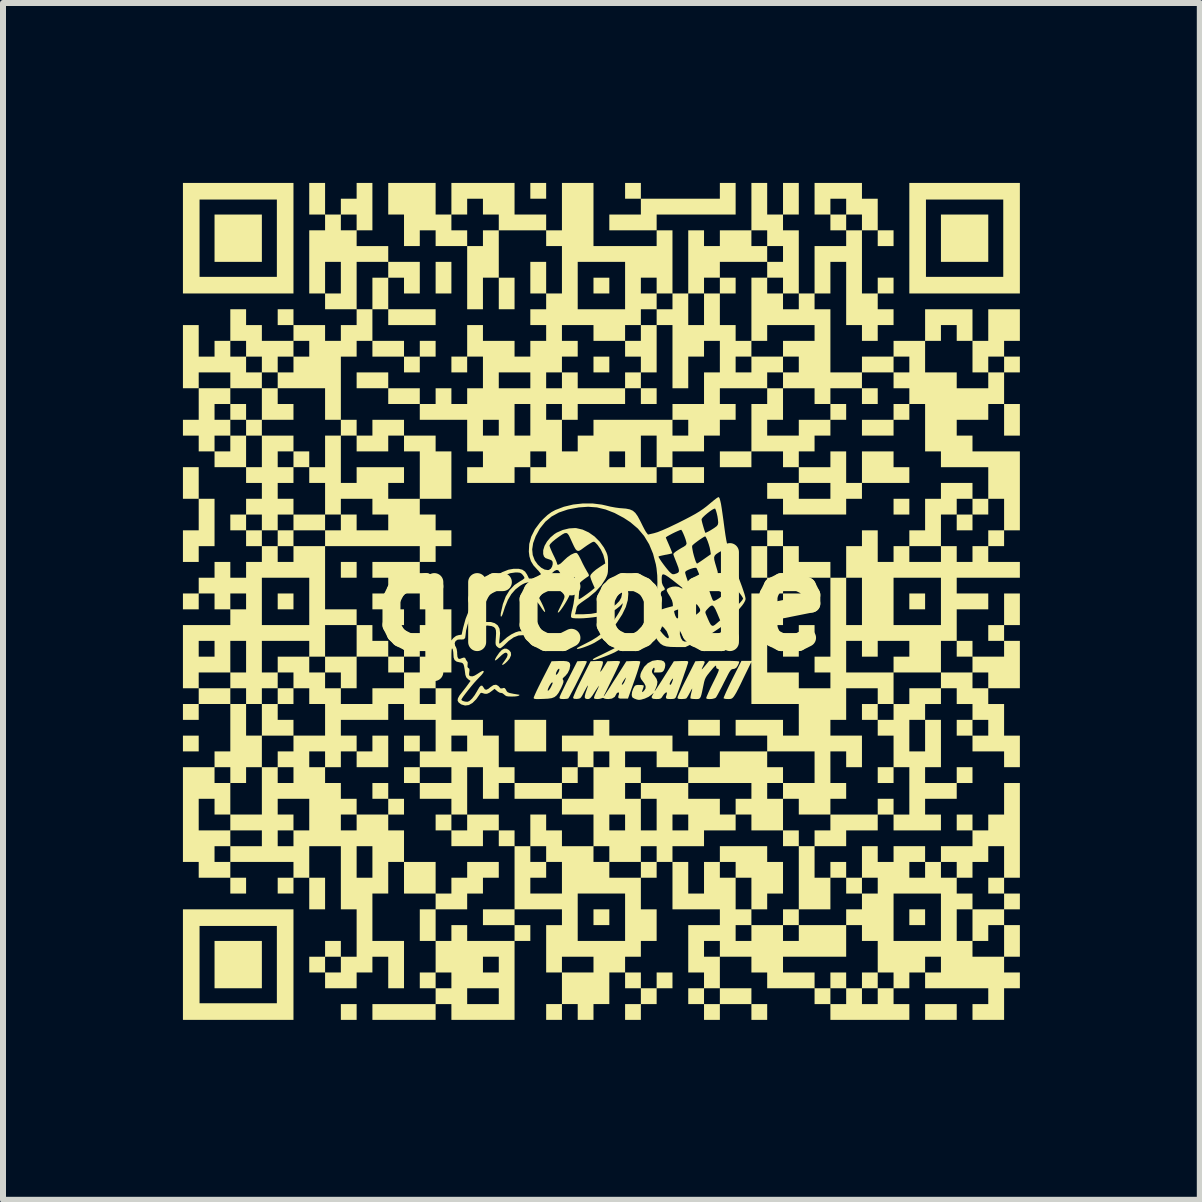
<source format=kicad_pcb>
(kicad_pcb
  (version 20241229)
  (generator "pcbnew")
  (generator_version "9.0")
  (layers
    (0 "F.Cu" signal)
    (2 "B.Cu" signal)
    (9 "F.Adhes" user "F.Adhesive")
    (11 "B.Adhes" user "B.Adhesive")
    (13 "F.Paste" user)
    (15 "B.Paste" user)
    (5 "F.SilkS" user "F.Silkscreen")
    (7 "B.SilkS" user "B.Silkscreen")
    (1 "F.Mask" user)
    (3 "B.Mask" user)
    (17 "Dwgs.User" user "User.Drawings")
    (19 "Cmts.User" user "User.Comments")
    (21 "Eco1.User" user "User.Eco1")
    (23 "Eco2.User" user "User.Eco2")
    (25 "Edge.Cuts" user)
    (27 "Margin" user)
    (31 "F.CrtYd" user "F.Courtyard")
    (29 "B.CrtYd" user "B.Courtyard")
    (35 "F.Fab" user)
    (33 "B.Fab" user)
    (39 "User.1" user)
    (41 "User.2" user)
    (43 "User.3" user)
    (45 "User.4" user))
  (footprint "qrcode"
    (layer "F.Cu")
    (at 6.977 6.977)
    (property "Reference" "qrcode" (at 0 0 0) (layer "F.SilkS") (effects (font (size 1.5 1.5) (thickness 0.3))))
    (attr board_only exclude_from_pos_files exclude_from_bom)
    (fp_poly (pts (xy -6.714 -1.975) (xy -6.714 -1.711) (xy -6.845 -1.711) (xy -6.977 -1.711) (xy -6.977 -1.975) (xy -6.977 -2.238) (xy -6.845 -2.238) (xy -6.714 -2.238)) (stroke (width 0) (type solid)) (fill yes) (layer "F.SilkS"))
    (fp_poly (pts (xy -6.714 2.37) (xy -6.714 2.501) (xy -6.845 2.501) (xy -6.977 2.501) (xy -6.977 2.37) (xy -6.977 2.238) (xy -6.845 2.238) (xy -6.714 2.238)) (stroke (width 0) (type solid)) (fill yes) (layer "F.SilkS"))
    (fp_poly (pts (xy -5.924 4.739) (xy -5.924 4.871) (xy -6.056 4.871) (xy -6.187 4.871) (xy -6.187 4.739) (xy -6.187 4.607) (xy -6.056 4.607) (xy -5.924 4.607)) (stroke (width 0) (type solid)) (fill yes) (layer "F.SilkS"))
    (fp_poly (pts (xy -5.661 -6.056) (xy -5.661 -5.661) (xy -6.056 -5.661) (xy -6.45 -5.661) (xy -6.45 -6.056) (xy -6.45 -6.45) (xy -6.056 -6.45) (xy -5.661 -6.45)) (stroke (width 0) (type solid)) (fill yes) (layer "F.SilkS"))
    (fp_poly (pts (xy -5.661 -1.053) (xy -5.661 -0.921) (xy -5.792 -0.921) (xy -5.924 -0.921) (xy -5.924 -1.053) (xy -5.924 -1.185) (xy -5.792 -1.185) (xy -5.661 -1.185)) (stroke (width 0) (type solid)) (fill yes) (layer "F.SilkS"))
    (fp_poly (pts (xy -5.661 6.056) (xy -5.661 6.45) (xy -6.056 6.45) (xy -6.45 6.45) (xy -6.45 6.056) (xy -6.45 5.661) (xy -6.056 5.661) (xy -5.661 5.661)) (stroke (width 0) (type solid)) (fill yes) (layer "F.SilkS"))
    (fp_poly (pts (xy -5.134 -4.739) (xy -5.134 -4.607) (xy -5.266 -4.607) (xy -5.397 -4.607) (xy -5.397 -4.739) (xy -5.397 -4.871) (xy -5.266 -4.871) (xy -5.134 -4.871)) (stroke (width 0) (type solid)) (fill yes) (layer "F.SilkS"))
    (fp_poly (pts (xy -5.134 -0.000001) (xy -5.134 0.132) (xy -5.266 0.132) (xy -5.397 0.132) (xy -5.397 -0.000001) (xy -5.397 -0.132) (xy -5.266 -0.132) (xy -5.134 -0.132)) (stroke (width 0) (type solid)) (fill yes) (layer "F.SilkS"))
    (fp_poly (pts (xy -4.871 -2.37) (xy -4.871 -2.238) (xy -5.002 -2.238) (xy -5.134 -2.238) (xy -5.134 -2.37) (xy -5.134 -2.501) (xy -5.002 -2.501) (xy -4.871 -2.501)) (stroke (width 0) (type solid)) (fill yes) (layer "F.SilkS"))
    (fp_poly (pts (xy -4.607 4.871) (xy -4.607 5.134) (xy -4.739 5.134) (xy -4.871 5.134) (xy -4.871 4.871) (xy -4.871 4.607) (xy -4.739 4.607) (xy -4.607 4.607)) (stroke (width 0) (type solid)) (fill yes) (layer "F.SilkS"))
    (fp_poly (pts (xy -4.081 -0.527) (xy -4.081 -0.395) (xy -4.213 -0.395) (xy -4.344 -0.395) (xy -4.344 -0.527) (xy -4.344 -0.658) (xy -4.213 -0.658) (xy -4.081 -0.658)) (stroke (width 0) (type solid)) (fill yes) (layer "F.SilkS"))
    (fp_poly (pts (xy -4.081 6.845) (xy -4.081 6.977) (xy -4.213 6.977) (xy -4.344 6.977) (xy -4.344 6.845) (xy -4.344 6.714) (xy -4.213 6.714) (xy -4.081 6.714)) (stroke (width 0) (type solid)) (fill yes) (layer "F.SilkS"))
    (fp_poly (pts (xy -3.554 -3.686) (xy -3.554 -3.554) (xy -3.818 -3.554) (xy -4.081 -3.554) (xy -4.081 -3.686) (xy -4.081 -3.818) (xy -3.818 -3.818) (xy -3.554 -3.818)) (stroke (width 0) (type solid)) (fill yes) (layer "F.SilkS"))
    (fp_poly (pts (xy -3.554 -0.000001) (xy -3.554 0.132) (xy -3.686 0.132) (xy -3.818 0.132) (xy -3.818 -0.000001) (xy -3.818 -0.132) (xy -3.686 -0.132) (xy -3.554 -0.132)) (stroke (width 0) (type solid)) (fill yes) (layer "F.SilkS"))
    (fp_poly (pts (xy -3.554 3.159) (xy -3.554 3.291) (xy -3.686 3.291) (xy -3.818 3.291) (xy -3.818 3.159) (xy -3.818 3.028) (xy -3.686 3.028) (xy -3.554 3.028)) (stroke (width 0) (type solid)) (fill yes) (layer "F.SilkS"))
    (fp_poly (pts (xy -3.291 0.263) (xy -3.291 0.395) (xy -3.423 0.395) (xy -3.554 0.395) (xy -3.554 0.263) (xy -3.554 0.132) (xy -3.423 0.132) (xy -3.291 0.132)) (stroke (width 0) (type solid)) (fill yes) (layer "F.SilkS"))
    (fp_poly (pts (xy -3.291 3.423) (xy -3.291 3.554) (xy -3.423 3.554) (xy -3.554 3.554) (xy -3.554 3.423) (xy -3.554 3.291) (xy -3.423 3.291) (xy -3.291 3.291)) (stroke (width 0) (type solid)) (fill yes) (layer "F.SilkS"))
    (fp_poly (pts (xy -3.028 2.37) (xy -3.028 2.501) (xy -3.159 2.501) (xy -3.291 2.501) (xy -3.291 2.37) (xy -3.291 2.238) (xy -3.159 2.238) (xy -3.028 2.238)) (stroke (width 0) (type solid)) (fill yes) (layer "F.SilkS"))
    (fp_poly (pts (xy -3.028 2.896) (xy -3.028 3.028) (xy -3.159 3.028) (xy -3.291 3.028) (xy -3.291 2.896) (xy -3.291 2.764) (xy -3.159 2.764) (xy -3.028 2.764)) (stroke (width 0) (type solid)) (fill yes) (layer "F.SilkS"))
    (fp_poly (pts (xy -2.764 -4.739) (xy -2.764 -4.607) (xy -3.159 -4.607) (xy -3.554 -4.607) (xy -3.554 -4.739) (xy -3.554 -4.871) (xy -3.159 -4.871) (xy -2.764 -4.871)) (stroke (width 0) (type solid)) (fill yes) (layer "F.SilkS"))
    (fp_poly (pts (xy -2.501 -5.397) (xy -2.501 -5.134) (xy -2.633 -5.134) (xy -2.764 -5.134) (xy -2.764 -5.397) (xy -2.764 -5.661) (xy -2.633 -5.661) (xy -2.501 -5.661)) (stroke (width 0) (type solid)) (fill yes) (layer "F.SilkS"))
    (fp_poly (pts (xy -1.448 -5.134) (xy -1.448 -4.871) (xy -1.58 -4.871) (xy -1.711 -4.871) (xy -1.711 -5.134) (xy -1.711 -5.397) (xy -1.58 -5.397) (xy -1.448 -5.397)) (stroke (width 0) (type solid)) (fill yes) (layer "F.SilkS"))
    (fp_poly (pts (xy -1.448 3.949) (xy -1.448 4.081) (xy -1.58 4.081) (xy -1.711 4.081) (xy -1.711 3.949) (xy -1.711 3.818) (xy -1.58 3.818) (xy -1.448 3.818)) (stroke (width 0) (type solid)) (fill yes) (layer "F.SilkS"))
    (fp_poly (pts (xy -0.921 -6.845) (xy -0.921 -6.714) (xy -1.053 -6.714) (xy -1.185 -6.714) (xy -1.185 -6.845) (xy -1.185 -6.977) (xy -1.053 -6.977) (xy -0.921 -6.977)) (stroke (width 0) (type solid)) (fill yes) (layer "F.SilkS"))
    (fp_poly (pts (xy -0.921 2.238) (xy -0.921 2.501) (xy -1.185 2.501) (xy -1.448 2.501) (xy -1.448 2.238) (xy -1.448 1.975) (xy -1.185 1.975) (xy -0.921 1.975)) (stroke (width 0) (type solid)) (fill yes) (layer "F.SilkS"))
    (fp_poly (pts (xy 0.132 -5.266) (xy 0.132 -5.134) (xy -0.000001 -5.134) (xy -0.132 -5.134) (xy -0.132 -5.266) (xy -0.132 -5.397) (xy -0.000001 -5.397) (xy 0.132 -5.397)) (stroke (width 0) (type solid)) (fill yes) (layer "F.SilkS"))
    (fp_poly (pts (xy 0.132 -3.949) (xy 0.132 -3.818) (xy -0.000001 -3.818) (xy -0.132 -3.818) (xy -0.132 -3.949) (xy -0.132 -4.081) (xy -0.000001 -4.081) (xy 0.132 -4.081)) (stroke (width 0) (type solid)) (fill yes) (layer "F.SilkS"))
    (fp_poly (pts (xy 0.132 5.266) (xy 0.132 5.397) (xy -0.000001 5.397) (xy -0.132 5.397) (xy -0.132 5.266) (xy -0.132 5.134) (xy -0.000001 5.134) (xy 0.132 5.134)) (stroke (width 0) (type solid)) (fill yes) (layer "F.SilkS"))
    (fp_poly (pts (xy 0.921 -3.423) (xy 0.921 -3.291) (xy 0.79 -3.291) (xy 0.658 -3.291) (xy 0.658 -3.423) (xy 0.658 -3.554) (xy 0.79 -3.554) (xy 0.921 -3.554)) (stroke (width 0) (type solid)) (fill yes) (layer "F.SilkS"))
    (fp_poly (pts (xy 1.711 -2.106) (xy 1.711 -1.975) (xy 1.448 -1.975) (xy 1.185 -1.975) (xy 1.185 -2.106) (xy 1.185 -2.238) (xy 1.448 -2.238) (xy 1.711 -2.238)) (stroke (width 0) (type solid)) (fill yes) (layer "F.SilkS"))
    (fp_poly (pts (xy 1.975 2.106) (xy 1.975 2.238) (xy 1.711 2.238) (xy 1.448 2.238) (xy 1.448 2.106) (xy 1.448 1.975) (xy 1.711 1.975) (xy 1.975 1.975)) (stroke (width 0) (type solid)) (fill yes) (layer "F.SilkS"))
    (fp_poly (pts (xy 2.238 -5.266) (xy 2.238 -5.134) (xy 2.106 -5.134) (xy 1.975 -5.134) (xy 1.975 -5.266) (xy 1.975 -5.397) (xy 2.106 -5.397) (xy 2.238 -5.397)) (stroke (width 0) (type solid)) (fill yes) (layer "F.SilkS"))
    (fp_poly (pts (xy 2.764 -1.316) (xy 2.764 -1.185) (xy 2.633 -1.185) (xy 2.501 -1.185) (xy 2.501 -1.316) (xy 2.501 -1.448) (xy 2.633 -1.448) (xy 2.764 -1.448)) (stroke (width 0) (type solid)) (fill yes) (layer "F.SilkS"))
    (fp_poly (pts (xy 2.764 6.845) (xy 2.764 6.977) (xy 2.633 6.977) (xy 2.501 6.977) (xy 2.501 6.845) (xy 2.501 6.714) (xy 2.633 6.714) (xy 2.764 6.714)) (stroke (width 0) (type solid)) (fill yes) (layer "F.SilkS"))
    (fp_poly (pts (xy 3.291 3.949) (xy 3.291 4.081) (xy 3.159 4.081) (xy 3.028 4.081) (xy 3.028 3.949) (xy 3.028 3.818) (xy 3.159 3.818) (xy 3.291 3.818)) (stroke (width 0) (type solid)) (fill yes) (layer "F.SilkS"))
    (fp_poly (pts (xy 3.291 5.266) (xy 3.291 5.397) (xy 3.159 5.397) (xy 3.028 5.397) (xy 3.028 5.266) (xy 3.028 5.134) (xy 3.159 5.134) (xy 3.291 5.134)) (stroke (width 0) (type solid)) (fill yes) (layer "F.SilkS"))
    (fp_poly (pts (xy 3.554 -0.000001) (xy 3.554 0.132) (xy 3.291 0.132) (xy 3.028 0.132) (xy 3.028 -0.000001) (xy 3.028 -0.132) (xy 3.291 -0.132) (xy 3.554 -0.132)) (stroke (width 0) (type solid)) (fill yes) (layer "F.SilkS"))
    (fp_poly (pts (xy 4.081 6.319) (xy 4.081 6.45) (xy 3.949 6.45) (xy 3.818 6.45) (xy 3.818 6.319) (xy 3.818 6.187) (xy 3.949 6.187) (xy 4.081 6.187)) (stroke (width 0) (type solid)) (fill yes) (layer "F.SilkS"))
    (fp_poly (pts (xy 4.607 -3.423) (xy 4.607 -3.291) (xy 4.476 -3.291) (xy 4.344 -3.291) (xy 4.344 -3.423) (xy 4.344 -3.554) (xy 4.476 -3.554) (xy 4.607 -3.554)) (stroke (width 0) (type solid)) (fill yes) (layer "F.SilkS"))
    (fp_poly (pts (xy 4.607 1.843) (xy 4.607 1.975) (xy 4.476 1.975) (xy 4.344 1.975) (xy 4.344 1.843) (xy 4.344 1.711) (xy 4.476 1.711) (xy 4.607 1.711)) (stroke (width 0) (type solid)) (fill yes) (layer "F.SilkS"))
    (fp_poly (pts (xy 4.607 6.319) (xy 4.607 6.45) (xy 4.476 6.45) (xy 4.344 6.45) (xy 4.344 6.319) (xy 4.344 6.187) (xy 4.476 6.187) (xy 4.607 6.187)) (stroke (width 0) (type solid)) (fill yes) (layer "F.SilkS"))
    (fp_poly (pts (xy 4.871 -6.056) (xy 4.871 -5.924) (xy 4.739 -5.924) (xy 4.607 -5.924) (xy 4.607 -6.056) (xy 4.607 -6.187) (xy 4.739 -6.187) (xy 4.871 -6.187)) (stroke (width 0) (type solid)) (fill yes) (layer "F.SilkS"))
    (fp_poly (pts (xy 4.871 2.896) (xy 4.871 3.028) (xy 4.739 3.028) (xy 4.607 3.028) (xy 4.607 2.896) (xy 4.607 2.764) (xy 4.739 2.764) (xy 4.871 2.764)) (stroke (width 0) (type solid)) (fill yes) (layer "F.SilkS"))
    (fp_poly (pts (xy 5.134 -1.58) (xy 5.134 -1.448) (xy 5.002 -1.448) (xy 4.871 -1.448) (xy 4.871 -1.58) (xy 4.871 -1.711) (xy 5.002 -1.711) (xy 5.134 -1.711)) (stroke (width 0) (type solid)) (fill yes) (layer "F.SilkS"))
    (fp_poly (pts (xy 5.397 -0.000001) (xy 5.397 0.132) (xy 5.266 0.132) (xy 5.134 0.132) (xy 5.134 -0.000001) (xy 5.134 -0.132) (xy 5.266 -0.132) (xy 5.397 -0.132)) (stroke (width 0) (type solid)) (fill yes) (layer "F.SilkS"))
    (fp_poly (pts (xy 5.397 5.266) (xy 5.397 5.397) (xy 5.266 5.397) (xy 5.134 5.397) (xy 5.134 5.266) (xy 5.134 5.134) (xy 5.266 5.134) (xy 5.397 5.134)) (stroke (width 0) (type solid)) (fill yes) (layer "F.SilkS"))
    (fp_poly (pts (xy 5.924 6.845) (xy 5.924 6.977) (xy 5.661 6.977) (xy 5.397 6.977) (xy 5.397 6.845) (xy 5.397 6.714) (xy 5.661 6.714) (xy 5.924 6.714)) (stroke (width 0) (type solid)) (fill yes) (layer "F.SilkS"))
    (fp_poly (pts (xy 6.187 -1.316) (xy 6.187 -1.185) (xy 6.056 -1.185) (xy 5.924 -1.185) (xy 5.924 -1.316) (xy 5.924 -1.448) (xy 6.056 -1.448) (xy 6.187 -1.448)) (stroke (width 0) (type solid)) (fill yes) (layer "F.SilkS"))
    (fp_poly (pts (xy 6.45 -6.056) (xy 6.45 -5.661) (xy 6.056 -5.661) (xy 5.661 -5.661) (xy 5.661 -6.056) (xy 5.661 -6.45) (xy 6.056 -6.45) (xy 6.45 -6.45)) (stroke (width 0) (type solid)) (fill yes) (layer "F.SilkS"))
    (fp_poly (pts (xy 6.977 -3.028) (xy 6.977 -2.764) (xy 6.845 -2.764) (xy 6.714 -2.764) (xy 6.714 -3.028) (xy 6.714 -3.291) (xy 6.845 -3.291) (xy 6.977 -3.291)) (stroke (width 0) (type solid)) (fill yes) (layer "F.SilkS"))
    (fp_poly (pts (xy -3.554 2.501) (xy -3.554 2.764) (xy -3.818 2.764) (xy -4.081 2.764) (xy -4.081 2.633) (xy -4.081 2.501) (xy -3.949 2.501) (xy -3.818 2.501) (xy -3.818 2.37) (xy -3.818 2.238) (xy -3.686 2.238) (xy -3.554 2.238)) (stroke (width 0) (type solid)) (fill yes) (layer "F.SilkS"))
    (fp_poly (pts (xy -6.45 -1.316) (xy -6.45 -0.921) (xy -6.582 -0.921) (xy -6.714 -0.921) (xy -6.714 -0.79) (xy -6.714 -0.658) (xy -6.845 -0.658) (xy -6.977 -0.658) (xy -6.977 -0.921) (xy -6.977 -1.185) (xy -6.845 -1.185) (xy -6.714 -1.185) (xy -6.714 -1.448) (xy -6.714 -1.711) (xy -6.582 -1.711) (xy -6.45 -1.711)) (stroke (width 0) (type solid)) (fill yes) (layer "F.SilkS"))
    (fp_poly (pts (xy -4.607 -1.316) (xy -4.607 -1.185) (xy -4.871 -1.185) (xy -5.134 -1.185) (xy -5.134 -1.053) (xy -5.134 -0.921) (xy -5.266 -0.921) (xy -5.397 -0.921) (xy -5.397 -1.053) (xy -5.397 -1.185) (xy -5.266 -1.185) (xy -5.134 -1.185) (xy -5.134 -1.316) (xy -5.134 -1.448) (xy -4.871 -1.448) (xy -4.607 -1.448)) (stroke (width 0) (type solid)) (fill yes) (layer "F.SilkS"))
    (fp_poly (pts (xy 3.554 0.527) (xy 3.554 0.658) (xy 3.423 0.658) (xy 3.291 0.658) (xy 3.291 0.79) (xy 3.291 0.921) (xy 3.159 0.921) (xy 3.028 0.921) (xy 3.028 0.79) (xy 3.028 0.658) (xy 3.159 0.658) (xy 3.291 0.658) (xy 3.291 0.527) (xy 3.291 0.395) (xy 3.423 0.395) (xy 3.554 0.395)) (stroke (width 0) (type solid)) (fill yes) (layer "F.SilkS"))
    (fp_poly (pts (xy 6.977 0.132) (xy 6.977 0.395) (xy 6.845 0.395) (xy 6.714 0.395) (xy 6.714 0.527) (xy 6.714 0.658) (xy 6.582 0.658) (xy 6.45 0.658) (xy 6.45 0.527) (xy 6.45 0.395) (xy 6.582 0.395) (xy 6.714 0.395) (xy 6.714 0.132) (xy 6.714 -0.132) (xy 6.845 -0.132) (xy 6.977 -0.132)) (stroke (width 0) (type solid)) (fill yes) (layer "F.SilkS"))
    (fp_poly (pts (xy -5.134 -6.056) (xy -5.134 -5.134) (xy -6.056 -5.134) (xy -6.977 -5.134) (xy -6.977 -6.056) (xy -6.7 -6.056) (xy -6.7 -5.411) (xy -6.056 -5.411) (xy -5.411 -5.411) (xy -5.411 -6.056) (xy -5.411 -6.7) (xy -6.056 -6.7) (xy -6.7 -6.7) (xy -6.7 -6.056) (xy -6.977 -6.056) (xy -6.977 -6.977) (xy -6.056 -6.977) (xy -5.134 -6.977)) (stroke (width 0) (type solid)) (fill yes) (layer "F.SilkS"))
    (fp_poly (pts (xy -5.134 6.056) (xy -5.134 6.977) (xy -6.056 6.977) (xy -6.977 6.977) (xy -6.977 6.056) (xy -6.7 6.056) (xy -6.7 6.7) (xy -6.056 6.7) (xy -5.411 6.7) (xy -5.411 6.056) (xy -5.411 5.411) (xy -6.056 5.411) (xy -6.7 5.411) (xy -6.7 6.056) (xy -6.977 6.056) (xy -6.977 5.134) (xy -6.056 5.134) (xy -5.134 5.134)) (stroke (width 0) (type solid)) (fill yes) (layer "F.SilkS"))
    (fp_poly (pts (xy 6.977 -6.056) (xy 6.977 -5.134) (xy 6.056 -5.134) (xy 5.134 -5.134) (xy 5.134 -6.056) (xy 5.411 -6.056) (xy 5.411 -5.411) (xy 6.056 -5.411) (xy 6.7 -5.411) (xy 6.7 -6.056) (xy 6.7 -6.7) (xy 6.056 -6.7) (xy 5.411 -6.7) (xy 5.411 -6.056) (xy 5.134 -6.056) (xy 5.134 -6.977) (xy 6.056 -6.977) (xy 6.977 -6.977)) (stroke (width 0) (type solid)) (fill yes) (layer "F.SilkS"))
    (fp_poly (pts (xy -5.134 1.58) (xy -5.134 1.711) (xy -5.266 1.711) (xy -5.397 1.711) (xy -5.397 1.843) (xy -5.397 1.975) (xy -5.266 1.975) (xy -5.134 1.975) (xy -5.134 2.106) (xy -5.134 2.238) (xy -5.397 2.238) (xy -5.661 2.238) (xy -5.661 1.975) (xy -5.661 1.711) (xy -5.529 1.711) (xy -5.397 1.711) (xy -5.397 1.58) (xy -5.397 1.448) (xy -5.266 1.448) (xy -5.134 1.448)) (stroke (width 0) (type solid)) (fill yes) (layer "F.SilkS"))
    (fp_poly (pts (xy 6.977 5.002) (xy 6.977 5.134) (xy 6.845 5.134) (xy 6.714 5.134) (xy 6.714 5.266) (xy 6.714 5.397) (xy 6.582 5.397) (xy 6.45 5.397) (xy 6.45 5.529) (xy 6.45 5.661) (xy 6.319 5.661) (xy 6.187 5.661) (xy 6.187 5.397) (xy 6.187 5.134) (xy 6.45 5.134) (xy 6.714 5.134) (xy 6.714 5.002) (xy 6.714 4.871) (xy 6.845 4.871) (xy 6.977 4.871)) (stroke (width 0) (type solid)) (fill yes) (layer "F.SilkS"))
    (fp_poly (pts (xy -3.291 -4.213) (xy -3.291 -4.081) (xy -3.159 -4.081) (xy -3.028 -4.081) (xy -3.028 -4.213) (xy -3.028 -4.344) (xy -2.896 -4.344) (xy -2.764 -4.344) (xy -2.764 -4.213) (xy -2.764 -4.081) (xy -2.896 -4.081) (xy -3.028 -4.081) (xy -3.028 -3.949) (xy -3.028 -3.818) (xy -3.159 -3.818) (xy -3.291 -3.818) (xy -3.291 -3.949) (xy -3.291 -4.081) (xy -3.554 -4.081) (xy -3.818 -4.081) (xy -3.818 -4.213) (xy -3.818 -4.344) (xy -3.554 -4.344) (xy -3.291 -4.344)) (stroke (width 0) (type solid)) (fill yes) (layer "F.SilkS"))
    (fp_poly (pts (xy -2.501 3.686) (xy -2.501 3.818) (xy -2.37 3.818) (xy -2.238 3.818) (xy -2.238 3.686) (xy -2.238 3.554) (xy -1.975 3.554) (xy -1.711 3.554) (xy -1.711 3.686) (xy -1.711 3.818) (xy -1.843 3.818) (xy -1.975 3.818) (xy -1.975 3.949) (xy -1.975 4.081) (xy -2.238 4.081) (xy -2.501 4.081) (xy -2.501 3.949) (xy -2.501 3.818) (xy -2.633 3.818) (xy -2.764 3.818) (xy -2.764 3.686) (xy -2.764 3.554) (xy -2.633 3.554) (xy -2.501 3.554)) (stroke (width 0) (type solid)) (fill yes) (layer "F.SilkS"))
    (fp_poly (pts (xy 0.921 -4.213) (xy 0.921 -3.818) (xy 0.79 -3.818) (xy 0.658 -3.818) (xy 0.658 -3.686) (xy 0.658 -3.554) (xy 0.527 -3.554) (xy 0.395 -3.554) (xy 0.395 -3.686) (xy 0.395 -3.818) (xy 0.527 -3.818) (xy 0.658 -3.818) (xy 0.658 -3.949) (xy 0.658 -4.081) (xy 0.527 -4.081) (xy 0.395 -4.081) (xy 0.395 -4.213) (xy 0.395 -4.344) (xy 0.527 -4.344) (xy 0.658 -4.344) (xy 0.658 -4.476) (xy 0.658 -4.607) (xy 0.79 -4.607) (xy 0.921 -4.607)) (stroke (width 0) (type solid)) (fill yes) (layer "F.SilkS"))
    (fp_poly (pts (xy 2.764 4.213) (xy 2.764 4.344) (xy 2.896 4.344) (xy 3.028 4.344) (xy 3.028 4.607) (xy 3.028 4.871) (xy 2.896 4.871) (xy 2.764 4.871) (xy 2.764 5.002) (xy 2.764 5.134) (xy 2.633 5.134) (xy 2.501 5.134) (xy 2.501 4.871) (xy 2.501 4.607) (xy 2.37 4.607) (xy 2.238 4.607) (xy 2.238 4.476) (xy 2.238 4.344) (xy 2.106 4.344) (xy 1.975 4.344) (xy 1.975 4.213) (xy 1.975 4.081) (xy 2.37 4.081) (xy 2.764 4.081)) (stroke (width 0) (type solid)) (fill yes) (layer "F.SilkS"))
    (fp_poly (pts (xy -5.397 -3.423) (xy -5.397 -3.291) (xy -5.266 -3.291) (xy -5.134 -3.291) (xy -5.134 -3.159) (xy -5.134 -3.028) (xy -5.397 -3.028) (xy -5.661 -3.028) (xy -5.661 -2.896) (xy -5.661 -2.764) (xy -5.792 -2.764) (xy -5.924 -2.764) (xy -5.924 -2.896) (xy -5.924 -3.028) (xy -6.056 -3.028) (xy -6.187 -3.028) (xy -6.187 -3.159) (xy -6.187 -3.291) (xy -6.056 -3.291) (xy -5.924 -3.291) (xy -5.924 -3.159) (xy -5.924 -3.028) (xy -5.792 -3.028) (xy -5.661 -3.028) (xy -5.661 -3.291) (xy -5.661 -3.554) (xy -5.529 -3.554) (xy -5.397 -3.554)) (stroke (width 0) (type solid)) (fill yes) (layer "F.SilkS"))
    (fp_poly (pts (xy 0.658 -6.845) (xy 0.658 -6.714) (xy 1.316 -6.714) (xy 1.975 -6.714) (xy 1.975 -6.845) (xy 1.975 -6.977) (xy 2.106 -6.977) (xy 2.238 -6.977) (xy 2.238 -6.714) (xy 2.238 -6.45) (xy 1.58 -6.45) (xy 0.921 -6.45) (xy 0.921 -6.319) (xy 0.921 -6.187) (xy 0.527 -6.187) (xy 0.132 -6.187) (xy 0.132 -6.319) (xy 0.132 -6.45) (xy 0.395 -6.45) (xy 0.658 -6.45) (xy 0.658 -6.582) (xy 0.658 -6.714) (xy 0.527 -6.714) (xy 0.395 -6.714) (xy 0.395 -6.845) (xy 0.395 -6.977) (xy 0.527 -6.977) (xy 0.658 -6.977)) (stroke (width 0) (type solid)) (fill yes) (layer "F.SilkS"))
    (fp_poly (pts (xy -1.58 0.789) (xy -1.54 0.812) (xy -1.51 0.85) (xy -1.506 0.896) (xy -1.528 0.948) (xy -1.536 0.96) (xy -1.566 0.996) (xy -1.599 1.028) (xy -1.628 1.05) (xy -1.649 1.059) (xy -1.656 1.052) (xy -1.648 1.038) (xy -1.628 1.009) (xy -1.607 0.98) (xy -1.575 0.93) (xy -1.563 0.89) (xy -1.572 0.864) (xy -1.592 0.854) (xy -1.618 0.862) (xy -1.658 0.891) (xy -1.692 0.923) (xy -1.735 0.963) (xy -1.764 0.983) (xy -1.776 0.982) (xy -1.771 0.962) (xy -1.752 0.926) (xy -1.703 0.855) (xy -1.66 0.809) (xy -1.619 0.788)) (stroke (width 0) (type solid)) (fill yes) (layer "F.SilkS"))
    (fp_poly (pts (xy -0.247 0.999) (xy -0.242 1.004) (xy -0.249 1.022) (xy -0.265 1.059) (xy -0.291 1.113) (xy -0.323 1.178) (xy -0.359 1.251) (xy -0.397 1.327) (xy -0.435 1.403) (xy -0.472 1.473) (xy -0.504 1.533) (xy -0.529 1.581) (xy -0.547 1.61) (xy -0.552 1.618) (xy -0.575 1.624) (xy -0.614 1.627) (xy -0.634 1.628) (xy -0.675 1.626) (xy -0.694 1.619) (xy -0.699 1.604) (xy -0.699 1.604) (xy -0.693 1.585) (xy -0.676 1.545) (xy -0.649 1.489) (xy -0.615 1.419) (xy -0.576 1.339) (xy -0.55 1.289) (xy -0.402 0.998) (xy -0.322 0.994) (xy -0.274 0.993)) (stroke (width 0) (type solid)) (fill yes) (layer "F.SilkS"))
    (fp_poly (pts (xy 0.658 6.319) (xy 0.658 6.45) (xy 0.79 6.45) (xy 0.921 6.45) (xy 0.921 6.319) (xy 0.921 6.187) (xy 1.053 6.187) (xy 1.185 6.187) (xy 1.185 6.319) (xy 1.185 6.45) (xy 1.053 6.45) (xy 0.921 6.45) (xy 0.921 6.582) (xy 0.921 6.714) (xy 0.79 6.714) (xy 0.658 6.714) (xy 0.658 6.845) (xy 0.658 6.977) (xy 0.527 6.977) (xy 0.395 6.977) (xy 0.395 6.845) (xy 0.395 6.714) (xy 0.527 6.714) (xy 0.658 6.714) (xy 0.658 6.582) (xy 0.658 6.45) (xy 0.527 6.45) (xy 0.395 6.45) (xy 0.395 6.319) (xy 0.395 6.187) (xy 0.527 6.187) (xy 0.658 6.187)) (stroke (width 0) (type solid)) (fill yes) (layer "F.SilkS"))
    (fp_poly (pts (xy -1.069 -0.106) (xy -1.049 -0.075) (xy -1.024 -0.03) (xy -0.998 0.021) (xy -0.973 0.074) (xy -0.953 0.121) (xy -0.941 0.157) (xy -0.938 0.175) (xy -0.949 0.174) (xy -0.97 0.151) (xy -1 0.109) (xy -1.005 0.1) (xy -1.034 0.057) (xy -1.059 0.024) (xy -1.074 0.008) (xy -1.076 0.007) (xy -1.09 0.02) (xy -1.107 0.055) (xy -1.127 0.108) (xy -1.148 0.175) (xy -1.153 0.197) (xy -1.169 0.249) (xy -1.183 0.277) (xy -1.193 0.281) (xy -1.198 0.259) (xy -1.198 0.239) (xy -1.194 0.189) (xy -1.183 0.13) (xy -1.167 0.066) (xy -1.147 0.004) (xy -1.126 -0.051) (xy -1.106 -0.093) (xy -1.089 -0.115) (xy -1.082 -0.118)) (stroke (width 0) (type solid)) (fill yes) (layer "F.SilkS"))
    (fp_poly (pts (xy -3.818 0.527) (xy -3.818 0.658) (xy -3.686 0.658) (xy -3.554 0.658) (xy -3.554 0.79) (xy -3.554 0.921) (xy -3.423 0.921) (xy -3.291 0.921) (xy -3.291 0.79) (xy -3.291 0.658) (xy -3.159 0.658) (xy -3.028 0.658) (xy -3.028 0.79) (xy -3.028 0.921) (xy -3.159 0.921) (xy -3.291 0.921) (xy -3.291 1.053) (xy -3.291 1.185) (xy -3.423 1.185) (xy -3.554 1.185) (xy -3.554 1.053) (xy -3.554 0.921) (xy -3.818 0.921) (xy -4.081 0.921) (xy -4.081 1.185) (xy -4.081 1.448) (xy -4.213 1.448) (xy -4.344 1.448) (xy -4.344 1.316) (xy -4.344 1.185) (xy -4.476 1.185) (xy -4.607 1.185) (xy -4.607 1.053) (xy -4.607 0.921) (xy -4.344 0.921) (xy -4.081 0.921) (xy -4.081 0.658) (xy -4.081 0.395) (xy -3.949 0.395) (xy -3.818 0.395)) (stroke (width 0) (type solid)) (fill yes) (layer "F.SilkS"))
    (fp_poly (pts (xy -0.579 0.998) (xy -0.545 1.01) (xy -0.526 1.031) (xy -0.52 1.062) (xy -0.52 1.067) (xy -0.531 1.13) (xy -0.561 1.193) (xy -0.603 1.245) (xy -0.617 1.256) (xy -0.644 1.282) (xy -0.645 1.3) (xy -0.644 1.301) (xy -0.633 1.32) (xy -0.633 1.347) (xy -0.646 1.386) (xy -0.671 1.443) (xy -0.68 1.46) (xy -0.713 1.522) (xy -0.746 1.566) (xy -0.782 1.595) (xy -0.829 1.613) (xy -0.892 1.622) (xy -0.973 1.626) (xy -1.041 1.628) (xy -1.086 1.628) (xy -1.112 1.625) (xy -1.125 1.62) (xy -1.129 1.61) (xy -1.129 1.605) (xy -1.122 1.586) (xy -1.105 1.546) (xy -1.079 1.489) (xy -1.077 1.485) (xy -0.896 1.485) (xy -0.89 1.49) (xy -0.874 1.478) (xy -0.853 1.449) (xy -0.841 1.427) (xy -0.821 1.385) (xy -0.813 1.362) (xy -0.814 1.353) (xy -0.824 1.351) (xy -0.824 1.351) (xy -0.837 1.362) (xy -0.857 1.392) (xy -0.873 1.42) (xy -0.892 1.463) (xy -0.896 1.485) (xy -1.077 1.485) (xy -1.045 1.419) (xy -1.005 1.339) (xy -0.98 1.289) (xy -0.943 1.217) (xy -0.76 1.217) (xy -0.753 1.225) (xy -0.735 1.21) (xy -0.722 1.192) (xy -0.706 1.16) (xy -0.7 1.135) (xy -0.705 1.121) (xy -0.719 1.128) (xy -0.736 1.15) (xy -0.752 1.183) (xy -0.753 1.186) (xy -0.76 1.217) (xy -0.943 1.217) (xy -0.831 0.998) (xy -0.712 0.994) (xy -0.634 0.993)) (stroke (width 0) (type solid)) (fill yes) (layer "F.SilkS"))
    (fp_poly (pts (xy -1.849 0.343) (xy -1.778 0.363) (xy -1.728 0.4) (xy -1.698 0.456) (xy -1.689 0.53) (xy -1.695 0.595) (xy -1.701 0.645) (xy -1.704 0.683) (xy -1.703 0.702) (xy -1.703 0.703) (xy -1.69 0.7) (xy -1.665 0.68) (xy -1.636 0.653) (xy -1.573 0.598) (xy -1.502 0.55) (xy -1.431 0.515) (xy -1.375 0.498) (xy -1.297 0.498) (xy -1.22 0.522) (xy -1.15 0.566) (xy -1.093 0.627) (xy -1.073 0.661) (xy -1.057 0.696) (xy -1.051 0.72) (xy -1.052 0.725) (xy -1.066 0.72) (xy -1.092 0.7) (xy -1.126 0.669) (xy -1.168 0.632) (xy -1.21 0.6) (xy -1.236 0.583) (xy -1.307 0.563) (xy -1.383 0.568) (xy -1.463 0.6) (xy -1.544 0.657) (xy -1.589 0.7) (xy -1.629 0.739) (xy -1.663 0.767) (xy -1.686 0.782) (xy -1.69 0.783) (xy -1.715 0.774) (xy -1.74 0.754) (xy -1.754 0.738) (xy -1.762 0.719) (xy -1.765 0.69) (xy -1.763 0.646) (xy -1.76 0.603) (xy -1.756 0.531) (xy -1.759 0.482) (xy -1.771 0.449) (xy -1.794 0.427) (xy -1.829 0.412) (xy -1.835 0.411) (xy -1.903 0.402) (xy -1.967 0.415) (xy -2.02 0.447) (xy -2.027 0.454) (xy -2.054 0.491) (xy -2.081 0.541) (xy -2.102 0.593) (xy -2.113 0.635) (xy -2.113 0.641) (xy -2.118 0.665) (xy -2.127 0.672) (xy -2.137 0.66) (xy -2.141 0.629) (xy -2.139 0.586) (xy -2.132 0.539) (xy -2.12 0.497) (xy -2.115 0.484) (xy -2.07 0.415) (xy -2.009 0.367) (xy -1.934 0.343)) (stroke (width 0) (type solid)) (fill yes) (layer "F.SilkS"))
    (fp_poly (pts (xy -6.187 -3.423) (xy -6.187 -3.291) (xy -6.319 -3.291) (xy -6.45 -3.291) (xy -6.45 -3.159) (xy -6.45 -3.028) (xy -6.319 -3.028) (xy -6.187 -3.028) (xy -6.187 -2.896) (xy -6.187 -2.764) (xy -6.319 -2.764) (xy -6.45 -2.764) (xy -6.45 -2.633) (xy -6.45 -2.501) (xy -6.319 -2.501) (xy -6.187 -2.501) (xy -6.187 -2.633) (xy -6.187 -2.764) (xy -6.056 -2.764) (xy -5.924 -2.764) (xy -5.924 -2.501) (xy -5.924 -2.238) (xy -5.792 -2.238) (xy -5.661 -2.238) (xy -5.661 -2.501) (xy -5.661 -2.764) (xy -5.397 -2.764) (xy -5.134 -2.764) (xy -5.134 -2.633) (xy -5.134 -2.501) (xy -5.266 -2.501) (xy -5.397 -2.501) (xy -5.397 -2.37) (xy -5.397 -2.238) (xy -5.266 -2.238) (xy -5.134 -2.238) (xy -5.134 -2.106) (xy -5.134 -1.975) (xy -5.266 -1.975) (xy -5.397 -1.975) (xy -5.397 -1.843) (xy -5.397 -1.711) (xy -5.266 -1.711) (xy -5.134 -1.711) (xy -5.134 -1.58) (xy -5.134 -1.448) (xy -5.266 -1.448) (xy -5.397 -1.448) (xy -5.397 -1.316) (xy -5.397 -1.185) (xy -5.529 -1.185) (xy -5.661 -1.185) (xy -5.661 -1.316) (xy -5.661 -1.448) (xy -5.792 -1.448) (xy -5.924 -1.448) (xy -5.924 -1.316) (xy -5.924 -1.185) (xy -6.056 -1.185) (xy -6.187 -1.185) (xy -6.187 -1.316) (xy -6.187 -1.448) (xy -6.056 -1.448) (xy -5.924 -1.448) (xy -5.924 -1.58) (xy -5.924 -1.711) (xy -5.792 -1.711) (xy -5.661 -1.711) (xy -5.661 -1.843) (xy -5.661 -1.975) (xy -5.792 -1.975) (xy -5.924 -1.975) (xy -5.924 -2.106) (xy -5.924 -2.238) (xy -6.187 -2.238) (xy -6.45 -2.238) (xy -6.45 -2.37) (xy -6.45 -2.501) (xy -6.582 -2.501) (xy -6.714 -2.501) (xy -6.714 -2.633) (xy -6.714 -2.764) (xy -6.845 -2.764) (xy -6.977 -2.764) (xy -6.977 -2.896) (xy -6.977 -3.028) (xy -6.845 -3.028) (xy -6.714 -3.028) (xy -6.714 -3.291) (xy -6.714 -3.554) (xy -6.45 -3.554) (xy -6.187 -3.554)) (stroke (width 0) (type solid)) (fill yes) (layer "F.SilkS"))
    (fp_poly (pts (xy 2.124 0.991) (xy 2.194 0.993) (xy 2.249 0.995) (xy 2.286 0.999) (xy 2.299 1.002) (xy 2.296 1.02) (xy 2.283 1.051) (xy 2.275 1.068) (xy 2.25 1.105) (xy 2.223 1.122) (xy 2.199 1.127) (xy 2.183 1.129) (xy 2.168 1.136) (xy 2.154 1.15) (xy 2.136 1.175) (xy 2.114 1.214) (xy 2.085 1.271) (xy 2.045 1.349) (xy 2.042 1.355) (xy 2.005 1.429) (xy 1.97 1.495) (xy 1.941 1.55) (xy 1.919 1.588) (xy 1.909 1.604) (xy 1.884 1.617) (xy 1.846 1.626) (xy 1.803 1.629) (xy 1.766 1.626) (xy 1.747 1.616) (xy 1.75 1.6) (xy 1.765 1.564) (xy 1.788 1.511) (xy 1.818 1.445) (xy 1.854 1.371) (xy 1.856 1.367) (xy 1.897 1.285) (xy 1.926 1.225) (xy 1.945 1.182) (xy 1.955 1.154) (xy 1.957 1.138) (xy 1.953 1.13) (xy 1.944 1.127) (xy 1.943 1.127) (xy 1.918 1.114) (xy 1.913 1.092) (xy 1.912 1.075) (xy 1.905 1.071) (xy 1.891 1.082) (xy 1.865 1.108) (xy 1.827 1.154) (xy 1.802 1.184) (xy 1.767 1.228) (xy 1.743 1.264) (xy 1.726 1.299) (xy 1.713 1.343) (xy 1.7 1.404) (xy 1.696 1.422) (xy 1.68 1.501) (xy 1.667 1.556) (xy 1.655 1.593) (xy 1.641 1.614) (xy 1.624 1.625) (xy 1.599 1.628) (xy 1.567 1.628) (xy 1.524 1.626) (xy 1.493 1.621) (xy 1.484 1.617) (xy 1.484 1.598) (xy 1.49 1.562) (xy 1.497 1.53) (xy 1.51 1.48) (xy 1.515 1.456) (xy 1.51 1.457) (xy 1.494 1.484) (xy 1.473 1.524) (xy 1.449 1.568) (xy 1.428 1.602) (xy 1.415 1.618) (xy 1.393 1.624) (xy 1.354 1.627) (xy 1.334 1.628) (xy 1.293 1.626) (xy 1.273 1.619) (xy 1.269 1.604) (xy 1.269 1.604) (xy 1.275 1.585) (xy 1.292 1.545) (xy 1.319 1.489) (xy 1.352 1.419) (xy 1.392 1.339) (xy 1.418 1.289) (xy 1.566 0.998) (xy 1.646 0.994) (xy 1.694 0.993) (xy 1.719 1) (xy 1.722 1.019) (xy 1.706 1.056) (xy 1.697 1.074) (xy 1.678 1.114) (xy 1.672 1.132) (xy 1.68 1.129) (xy 1.704 1.103) (xy 1.733 1.068) (xy 1.796 0.991) (xy 2.044 0.991)) (stroke (width 0) (type solid)) (fill yes) (layer "F.SilkS"))
    (fp_poly (pts (xy -2.764 4.607) (xy -2.764 4.871) (xy -2.633 4.871) (xy -2.501 4.871) (xy -2.501 4.739) (xy -2.501 4.607) (xy -2.37 4.607) (xy -2.238 4.607) (xy -2.238 4.476) (xy -2.238 4.344) (xy -1.975 4.344) (xy -1.711 4.344) (xy -1.711 4.476) (xy -1.711 4.607) (xy -1.843 4.607) (xy -1.975 4.607) (xy -1.975 4.739) (xy -1.975 4.871) (xy -2.106 4.871) (xy -2.238 4.871) (xy -2.238 5.002) (xy -2.238 5.134) (xy -2.501 5.134) (xy -2.764 5.134) (xy -2.764 5.397) (xy -2.764 5.661) (xy -2.633 5.661) (xy -2.501 5.661) (xy -2.501 5.529) (xy -2.501 5.397) (xy -2.37 5.397) (xy -2.238 5.397) (xy -2.238 5.529) (xy -2.238 5.661) (xy -1.843 5.661) (xy -1.448 5.661) (xy -1.448 5.529) (xy -1.448 5.397) (xy -1.316 5.397) (xy -1.185 5.397) (xy -1.185 5.529) (xy -1.185 5.661) (xy -1.316 5.661) (xy -1.448 5.661) (xy -1.448 6.319) (xy -1.448 6.977) (xy -1.975 6.977) (xy -2.501 6.977) (xy -2.501 6.845) (xy -2.501 6.714) (xy -2.633 6.714) (xy -2.764 6.714) (xy -2.764 6.845) (xy -2.764 6.977) (xy -3.291 6.977) (xy -3.818 6.977) (xy -3.818 6.845) (xy -3.818 6.714) (xy -3.291 6.714) (xy -2.764 6.714) (xy -2.764 6.582) (xy -2.238 6.582) (xy -2.238 6.714) (xy -1.975 6.714) (xy -1.711 6.714) (xy -1.711 6.582) (xy -1.711 6.45) (xy -1.975 6.45) (xy -2.238 6.45) (xy -2.238 6.582) (xy -2.764 6.582) (xy -2.764 6.45) (xy -2.896 6.45) (xy -3.028 6.45) (xy -3.028 6.319) (xy -2.764 6.319) (xy -2.764 6.45) (xy -2.633 6.45) (xy -2.501 6.45) (xy -2.501 6.319) (xy -2.501 6.187) (xy -2.633 6.187) (xy -2.764 6.187) (xy -2.764 6.319) (xy -3.028 6.319) (xy -3.028 6.187) (xy -2.896 6.187) (xy -2.764 6.187) (xy -2.764 6.056) (xy -1.975 6.056) (xy -1.975 6.187) (xy -1.843 6.187) (xy -1.711 6.187) (xy -1.711 6.056) (xy -1.711 5.924) (xy -1.843 5.924) (xy -1.975 5.924) (xy -1.975 6.056) (xy -2.764 6.056) (xy -2.764 5.924) (xy -2.764 5.661) (xy -2.896 5.661) (xy -3.028 5.661) (xy -3.028 5.397) (xy -3.028 5.134) (xy -2.896 5.134) (xy -2.764 5.134) (xy -2.764 5.002) (xy -2.764 4.871) (xy -3.028 4.871) (xy -3.291 4.871) (xy -3.291 4.607) (xy -3.291 4.344) (xy -3.028 4.344) (xy -2.764 4.344)) (stroke (width 0) (type solid)) (fill yes) (layer "F.SilkS"))
    (fp_poly (pts (xy 1 0.983) (xy 1.042 1.001) (xy 1.062 1.033) (xy 1.065 1.064) (xy 1.058 1.109) (xy 1.042 1.148) (xy 1.041 1.15) (xy 1.023 1.171) (xy 0.998 1.182) (xy 0.957 1.185) (xy 0.947 1.185) (xy 0.876 1.185) (xy 0.885 1.142) (xy 0.886 1.112) (xy 0.876 1.104) (xy 0.861 1.118) (xy 0.847 1.146) (xy 0.842 1.171) (xy 0.849 1.194) (xy 0.872 1.226) (xy 0.885 1.241) (xy 0.92 1.292) (xy 0.934 1.341) (xy 0.927 1.395) (xy 0.907 1.448) (xy 0.894 1.476) (xy 0.888 1.493) (xy 0.89 1.494) (xy 0.902 1.48) (xy 0.923 1.448) (xy 0.956 1.397) (xy 0.966 1.382) (xy 1.138 1.382) (xy 1.149 1.392) (xy 1.161 1.382) (xy 1.177 1.349) (xy 1.179 1.343) (xy 1.191 1.309) (xy 1.195 1.289) (xy 1.194 1.287) (xy 1.184 1.292) (xy 1.168 1.313) (xy 1.151 1.342) (xy 1.139 1.368) (xy 1.138 1.382) (xy 0.966 1.382) (xy 1.002 1.326) (xy 1.054 1.243) (xy 1.208 0.998) (xy 1.328 0.994) (xy 1.388 0.993) (xy 1.425 0.994) (xy 1.443 1) (xy 1.448 1.009) (xy 1.444 1.028) (xy 1.431 1.067) (xy 1.413 1.123) (xy 1.389 1.191) (xy 1.363 1.267) (xy 1.336 1.344) (xy 1.309 1.42) (xy 1.284 1.488) (xy 1.263 1.545) (xy 1.247 1.585) (xy 1.239 1.602) (xy 1.225 1.618) (xy 1.197 1.626) (xy 1.15 1.628) (xy 1.15 1.628) (xy 1.102 1.626) (xy 1.079 1.616) (xy 1.075 1.594) (xy 1.087 1.555) (xy 1.087 1.553) (xy 1.093 1.525) (xy 1.085 1.516) (xy 1.066 1.525) (xy 1.041 1.55) (xy 1.025 1.573) (xy 1.004 1.605) (xy 0.984 1.621) (xy 0.955 1.627) (xy 0.914 1.628) (xy 0.865 1.624) (xy 0.84 1.611) (xy 0.839 1.586) (xy 0.86 1.547) (xy 0.861 1.545) (xy 0.871 1.528) (xy 0.865 1.53) (xy 0.841 1.551) (xy 0.836 1.556) (xy 0.787 1.591) (xy 0.724 1.62) (xy 0.661 1.638) (xy 0.625 1.642) (xy 0.592 1.636) (xy 0.553 1.622) (xy 0.551 1.621) (xy 0.52 1.604) (xy 0.508 1.58) (xy 0.506 1.552) (xy 0.512 1.507) (xy 0.529 1.458) (xy 0.534 1.448) (xy 0.553 1.414) (xy 0.572 1.398) (xy 0.601 1.393) (xy 0.628 1.393) (xy 0.669 1.394) (xy 0.698 1.399) (xy 0.704 1.401) (xy 0.705 1.418) (xy 0.696 1.45) (xy 0.692 1.459) (xy 0.679 1.497) (xy 0.68 1.513) (xy 0.696 1.504) (xy 0.712 1.488) (xy 0.736 1.45) (xy 0.737 1.411) (xy 0.714 1.365) (xy 0.693 1.337) (xy 0.66 1.292) (xy 0.647 1.254) (xy 0.652 1.213) (xy 0.666 1.175) (xy 0.713 1.091) (xy 0.775 1.029) (xy 0.849 0.991) (xy 0.934 0.977) (xy 0.935 0.977)) (stroke (width 0) (type solid)) (fill yes) (layer "F.SilkS"))
    (fp_poly (pts (xy 0.299 0.997) (xy 0.312 1.005) (xy 0.312 1.006) (xy 0.306 1.023) (xy 0.289 1.061) (xy 0.264 1.116) (xy 0.232 1.184) (xy 0.194 1.262) (xy 0.178 1.294) (xy 0.138 1.375) (xy 0.103 1.447) (xy 0.074 1.507) (xy 0.052 1.551) (xy 0.04 1.576) (xy 0.039 1.58) (xy 0.038 1.585) (xy 0.043 1.58) (xy 0.056 1.562) (xy 0.077 1.53) (xy 0.109 1.481) (xy 0.152 1.414) (xy 0.171 1.383) (xy 0.34 1.383) (xy 0.345 1.391) (xy 0.359 1.38) (xy 0.377 1.355) (xy 0.389 1.329) (xy 0.402 1.296) (xy 0.408 1.274) (xy 0.408 1.272) (xy 0.402 1.275) (xy 0.388 1.295) (xy 0.369 1.324) (xy 0.352 1.353) (xy 0.341 1.376) (xy 0.34 1.383) (xy 0.171 1.383) (xy 0.207 1.326) (xy 0.243 1.271) (xy 0.416 0.998) (xy 0.525 0.994) (xy 0.578 0.993) (xy 0.621 0.995) (xy 0.645 1) (xy 0.647 1.002) (xy 0.646 1.018) (xy 0.636 1.056) (xy 0.619 1.114) (xy 0.596 1.187) (xy 0.567 1.272) (xy 0.551 1.317) (xy 0.443 1.621) (xy 0.36 1.621) (xy 0.312 1.62) (xy 0.287 1.613) (xy 0.28 1.596) (xy 0.287 1.563) (xy 0.292 1.549) (xy 0.294 1.524) (xy 0.28 1.517) (xy 0.258 1.529) (xy 0.25 1.543) (xy 0.222 1.592) (xy 0.176 1.62) (xy 0.118 1.628) (xy 0.077 1.626) (xy 0.048 1.619) (xy 0.042 1.614) (xy 0.023 1.608) (xy 0.007 1.614) (xy -0.025 1.624) (xy -0.064 1.628) (xy -0.101 1.625) (xy -0.123 1.617) (xy -0.124 1.615) (xy -0.122 1.597) (xy -0.11 1.562) (xy -0.089 1.516) (xy -0.083 1.504) (xy -0.061 1.459) (xy -0.046 1.424) (xy -0.04 1.407) (xy -0.04 1.406) (xy -0.049 1.417) (xy -0.07 1.447) (xy -0.098 1.489) (xy -0.116 1.517) (xy -0.15 1.57) (xy -0.175 1.602) (xy -0.195 1.62) (xy -0.214 1.627) (xy -0.229 1.628) (xy -0.26 1.624) (xy -0.276 1.608) (xy -0.277 1.578) (xy -0.265 1.529) (xy -0.25 1.486) (xy -0.232 1.434) (xy -0.224 1.406) (xy -0.228 1.404) (xy -0.242 1.425) (xy -0.268 1.472) (xy -0.291 1.515) (xy -0.318 1.566) (xy -0.338 1.598) (xy -0.355 1.615) (xy -0.376 1.622) (xy -0.404 1.625) (xy -0.405 1.626) (xy -0.448 1.625) (xy -0.47 1.614) (xy -0.472 1.61) (xy -0.468 1.592) (xy -0.453 1.554) (xy -0.429 1.498) (xy -0.397 1.428) (xy -0.358 1.349) (xy -0.33 1.294) (xy -0.18 0.998) (xy -0.085 0.994) (xy -0.035 0.993) (xy 0.004 0.996) (xy 0.024 1.002) (xy 0.024 1.002) (xy 0.026 1.022) (xy 0.018 1.06) (xy 0.008 1.089) (xy -0.011 1.141) (xy -0.019 1.169) (xy -0.014 1.172) (xy 0.003 1.151) (xy 0.033 1.105) (xy 0.039 1.094) (xy 0.099 0.998) (xy 0.206 0.994) (xy 0.265 0.993)) (stroke (width 0) (type solid)) (fill yes) (layer "F.SilkS"))
    (fp_poly (pts (xy -4.607 -6.714) (xy -4.607 -6.45) (xy -4.476 -6.45) (xy -4.344 -6.45) (xy -4.344 -6.582) (xy -4.344 -6.714) (xy -4.213 -6.714) (xy -4.081 -6.714) (xy -4.081 -6.845) (xy -4.081 -6.977) (xy -3.949 -6.977) (xy -3.818 -6.977) (xy -3.818 -6.582) (xy -3.818 -6.187) (xy -3.949 -6.187) (xy -4.081 -6.187) (xy -4.081 -6.056) (xy -4.081 -5.924) (xy -3.818 -5.924) (xy -3.554 -5.924) (xy -3.554 -5.792) (xy -3.554 -5.661) (xy -3.818 -5.661) (xy -4.081 -5.661) (xy -4.081 -5.266) (xy -4.081 -4.871) (xy -3.949 -4.871) (xy -3.818 -4.871) (xy -3.818 -5.134) (xy -3.818 -5.397) (xy -3.686 -5.397) (xy -3.554 -5.397) (xy -3.554 -5.529) (xy -3.554 -5.661) (xy -3.291 -5.661) (xy -3.028 -5.661) (xy -3.028 -5.397) (xy -3.028 -5.134) (xy -3.159 -5.134) (xy -3.291 -5.134) (xy -3.291 -5.266) (xy -3.291 -5.397) (xy -3.423 -5.397) (xy -3.554 -5.397) (xy -3.554 -5.134) (xy -3.554 -4.871) (xy -3.686 -4.871) (xy -3.818 -4.871) (xy -3.818 -4.607) (xy -3.818 -4.344) (xy -3.949 -4.344) (xy -4.081 -4.344) (xy -4.081 -4.213) (xy -4.081 -4.081) (xy -4.213 -4.081) (xy -4.344 -4.081) (xy -4.344 -3.554) (xy -4.344 -3.028) (xy -4.476 -3.028) (xy -4.607 -3.028) (xy -4.607 -3.291) (xy -4.607 -3.554) (xy -5.002 -3.554) (xy -5.397 -3.554) (xy -5.397 -3.686) (xy -5.397 -3.818) (xy -5.266 -3.818) (xy -5.134 -3.818) (xy -5.134 -3.949) (xy -5.134 -4.081) (xy -5.002 -4.081) (xy -4.871 -4.081) (xy -4.871 -4.213) (xy -4.871 -4.344) (xy -5.002 -4.344) (xy -5.134 -4.344) (xy -5.134 -4.213) (xy -5.134 -4.081) (xy -5.266 -4.081) (xy -5.397 -4.081) (xy -5.397 -3.949) (xy -5.397 -3.818) (xy -5.529 -3.818) (xy -5.661 -3.818) (xy -5.661 -3.949) (xy -5.661 -4.081) (xy -5.792 -4.081) (xy -5.924 -4.081) (xy -5.924 -3.949) (xy -5.924 -3.818) (xy -5.792 -3.818) (xy -5.661 -3.818) (xy -5.661 -3.686) (xy -5.661 -3.554) (xy -5.924 -3.554) (xy -6.187 -3.554) (xy -6.187 -3.686) (xy -6.187 -3.818) (xy -6.45 -3.818) (xy -6.714 -3.818) (xy -6.714 -3.686) (xy -6.714 -3.554) (xy -6.845 -3.554) (xy -6.977 -3.554) (xy -6.977 -4.081) (xy -6.977 -4.607) (xy -6.845 -4.607) (xy -6.714 -4.607) (xy -6.714 -4.344) (xy -6.714 -4.081) (xy -6.582 -4.081) (xy -6.45 -4.081) (xy -6.45 -4.213) (xy -6.187 -4.213) (xy -6.187 -4.081) (xy -6.056 -4.081) (xy -5.924 -4.081) (xy -5.924 -4.213) (xy -5.924 -4.344) (xy -6.056 -4.344) (xy -6.187 -4.344) (xy -6.187 -4.213) (xy -6.45 -4.213) (xy -6.45 -4.344) (xy -6.319 -4.344) (xy -6.187 -4.344) (xy -6.187 -4.607) (xy -6.187 -4.871) (xy -6.056 -4.871) (xy -5.924 -4.871) (xy -5.924 -4.739) (xy -5.924 -4.607) (xy -5.792 -4.607) (xy -5.661 -4.607) (xy -5.661 -4.476) (xy -5.661 -4.344) (xy -5.397 -4.344) (xy -5.134 -4.344) (xy -5.134 -4.476) (xy -5.134 -4.607) (xy -4.871 -4.607) (xy -4.607 -4.607) (xy -4.607 -4.476) (xy -4.607 -4.344) (xy -4.476 -4.344) (xy -4.344 -4.344) (xy -4.344 -4.476) (xy -4.344 -4.607) (xy -4.213 -4.607) (xy -4.081 -4.607) (xy -4.081 -4.739) (xy -4.081 -4.871) (xy -4.344 -4.871) (xy -4.607 -4.871) (xy -4.607 -5.002) (xy -4.607 -5.134) (xy -4.739 -5.134) (xy -4.871 -5.134) (xy -4.871 -5.397) (xy -4.607 -5.397) (xy -4.607 -5.134) (xy -4.476 -5.134) (xy -4.344 -5.134) (xy -4.344 -5.397) (xy -4.344 -5.661) (xy -4.476 -5.661) (xy -4.607 -5.661) (xy -4.607 -5.397) (xy -4.871 -5.397) (xy -4.871 -5.661) (xy -4.871 -6.187) (xy -4.739 -6.187) (xy -4.607 -6.187) (xy -4.607 -6.319) (xy -4.344 -6.319) (xy -4.344 -6.187) (xy -4.213 -6.187) (xy -4.081 -6.187) (xy -4.081 -6.319) (xy -4.081 -6.45) (xy -4.213 -6.45) (xy -4.344 -6.45) (xy -4.344 -6.319) (xy -4.607 -6.319) (xy -4.607 -6.45) (xy -4.739 -6.45) (xy -4.871 -6.45) (xy -4.871 -6.714) (xy -4.871 -6.977) (xy -4.739 -6.977) (xy -4.607 -6.977)) (stroke (width 0) (type solid)) (fill yes) (layer "F.SilkS"))
    (fp_poly (pts (xy 6.187 0.79) (xy 6.187 0.921) (xy 6.45 0.921) (xy 6.714 0.921) (xy 6.714 0.79) (xy 6.714 0.658) (xy 6.845 0.658) (xy 6.977 0.658) (xy 6.977 1.053) (xy 6.977 1.448) (xy 6.714 1.448) (xy 6.45 1.448) (xy 6.45 1.58) (xy 6.45 1.711) (xy 6.582 1.711) (xy 6.714 1.711) (xy 6.714 1.975) (xy 6.714 2.238) (xy 6.845 2.238) (xy 6.977 2.238) (xy 6.977 2.501) (xy 6.977 2.764) (xy 6.845 2.764) (xy 6.714 2.764) (xy 6.714 2.633) (xy 6.714 2.501) (xy 6.45 2.501) (xy 6.187 2.501) (xy 6.187 2.37) (xy 6.187 2.238) (xy 6.056 2.238) (xy 5.924 2.238) (xy 5.924 2.106) (xy 6.187 2.106) (xy 6.187 2.238) (xy 6.319 2.238) (xy 6.45 2.238) (xy 6.45 2.106) (xy 6.45 1.975) (xy 6.319 1.975) (xy 6.187 1.975) (xy 6.187 2.106) (xy 5.924 2.106) (xy 5.924 1.975) (xy 6.056 1.975) (xy 6.187 1.975) (xy 6.187 1.843) (xy 6.187 1.711) (xy 6.056 1.711) (xy 5.924 1.711) (xy 5.924 1.58) (xy 5.924 1.448) (xy 5.792 1.448) (xy 5.661 1.448) (xy 5.661 1.58) (xy 5.661 1.711) (xy 5.529 1.711) (xy 5.397 1.711) (xy 5.397 1.843) (xy 5.397 1.975) (xy 5.266 1.975) (xy 5.134 1.975) (xy 5.134 2.238) (xy 5.134 2.501) (xy 5.266 2.501) (xy 5.397 2.501) (xy 5.397 2.238) (xy 5.397 1.975) (xy 5.529 1.975) (xy 5.661 1.975) (xy 5.661 2.37) (xy 5.661 2.764) (xy 5.529 2.764) (xy 5.397 2.764) (xy 5.397 2.896) (xy 5.397 3.028) (xy 5.661 3.028) (xy 5.924 3.028) (xy 5.924 2.896) (xy 5.924 2.764) (xy 6.056 2.764) (xy 6.187 2.764) (xy 6.187 2.896) (xy 6.187 3.028) (xy 6.056 3.028) (xy 5.924 3.028) (xy 5.924 3.159) (xy 5.924 3.291) (xy 5.661 3.291) (xy 5.397 3.291) (xy 5.397 3.423) (xy 5.397 3.554) (xy 5.529 3.554) (xy 5.661 3.554) (xy 5.661 3.686) (xy 5.661 3.818) (xy 5.266 3.818) (xy 4.871 3.818) (xy 4.871 3.686) (xy 4.871 3.554) (xy 4.739 3.554) (xy 4.607 3.554) (xy 4.607 3.686) (xy 4.607 3.818) (xy 4.344 3.818) (xy 4.081 3.818) (xy 4.081 3.949) (xy 4.081 4.081) (xy 3.818 4.081) (xy 3.554 4.081) (xy 3.554 4.344) (xy 3.554 4.607) (xy 3.686 4.607) (xy 3.818 4.607) (xy 3.818 4.476) (xy 3.818 4.344) (xy 3.949 4.344) (xy 4.081 4.344) (xy 4.081 4.476) (xy 4.081 4.607) (xy 4.213 4.607) (xy 4.344 4.607) (xy 4.344 4.476) (xy 5.134 4.476) (xy 5.134 4.607) (xy 5.266 4.607) (xy 5.397 4.607) (xy 5.397 4.476) (xy 5.397 4.344) (xy 5.266 4.344) (xy 5.134 4.344) (xy 5.134 4.476) (xy 4.344 4.476) (xy 4.344 4.344) (xy 4.344 4.081) (xy 4.476 4.081) (xy 4.607 4.081) (xy 4.607 4.213) (xy 4.607 4.344) (xy 4.739 4.344) (xy 4.871 4.344) (xy 4.871 4.213) (xy 4.871 4.081) (xy 5.134 4.081) (xy 5.397 4.081) (xy 5.397 4.213) (xy 5.397 4.344) (xy 5.529 4.344) (xy 5.661 4.344) (xy 5.661 4.213) (xy 5.661 4.081) (xy 5.924 4.081) (xy 6.187 4.081) (xy 6.187 3.949) (xy 6.187 3.818) (xy 6.056 3.818) (xy 5.924 3.818) (xy 5.924 3.686) (xy 5.924 3.554) (xy 6.056 3.554) (xy 6.187 3.554) (xy 6.187 3.686) (xy 6.187 3.818) (xy 6.319 3.818) (xy 6.45 3.818) (xy 6.45 3.686) (xy 6.45 3.554) (xy 6.582 3.554) (xy 6.714 3.554) (xy 6.714 3.291) (xy 6.714 3.028) (xy 6.845 3.028) (xy 6.977 3.028) (xy 6.977 3.818) (xy 6.977 4.607) (xy 6.845 4.607) (xy 6.714 4.607) (xy 6.714 4.739) (xy 6.714 4.871) (xy 6.582 4.871) (xy 6.45 4.871) (xy 6.45 4.739) (xy 6.45 4.607) (xy 6.582 4.607) (xy 6.714 4.607) (xy 6.714 4.344) (xy 6.714 4.081) (xy 6.582 4.081) (xy 6.45 4.081) (xy 6.45 4.213) (xy 6.45 4.344) (xy 6.319 4.344) (xy 6.187 4.344) (xy 6.187 4.476) (xy 6.187 4.607) (xy 6.056 4.607) (xy 5.924 4.607) (xy 5.924 4.476) (xy 5.924 4.344) (xy 5.792 4.344) (xy 5.661 4.344) (xy 5.661 4.476) (xy 5.661 4.607) (xy 5.792 4.607) (xy 5.924 4.607) (xy 5.924 4.739) (xy 5.924 4.871) (xy 6.056 4.871) (xy 6.187 4.871) (xy 6.187 5.002) (xy 6.187 5.134) (xy 6.056 5.134) (xy 5.924 5.134) (xy 5.924 5.397) (xy 5.924 5.661) (xy 6.056 5.661) (xy 6.187 5.661) (xy 6.187 5.792) (xy 6.187 5.924) (xy 6.45 5.924) (xy 6.714 5.924) (xy 6.714 5.661) (xy 6.714 5.397) (xy 6.845 5.397) (xy 6.977 5.397) (xy 6.977 5.661) (xy 6.977 5.924) (xy 6.845 5.924) (xy 6.714 5.924) (xy 6.714 6.056) (xy 6.714 6.187) (xy 6.845 6.187) (xy 6.977 6.187) (xy 6.977 6.319) (xy 6.977 6.45) (xy 6.845 6.45) (xy 6.714 6.45) (xy 6.714 6.714) (xy 6.714 6.977) (xy 6.45 6.977) (xy 6.187 6.977) (xy 6.187 6.845) (xy 6.187 6.714) (xy 6.319 6.714) (xy 6.45 6.714) (xy 6.45 6.582) (xy 6.45 6.45) (xy 5.924 6.45) (xy 5.397 6.45) (xy 5.397 6.319) (xy 5.397 6.187) (xy 5.266 6.187) (xy 5.134 6.187) (xy 5.134 6.319) (xy 5.134 6.45) (xy 5.002 6.45) (xy 4.871 6.45) (xy 4.871 6.582) (xy 4.871 6.714) (xy 5.002 6.714) (xy 5.134 6.714) (xy 5.134 6.845) (xy 5.134 6.977) (xy 4.476 6.977) (xy 3.818 6.977) (xy 3.818 6.845) (xy 3.818 6.714) (xy 3.686 6.714) (xy 3.554 6.714) (xy 3.554 6.582) (xy 3.554 6.45) (xy 3.686 6.45) (xy 3.818 6.45) (xy 3.818 6.582) (xy 3.818 6.714) (xy 3.949 6.714) (xy 4.081 6.714) (xy 4.081 6.582) (xy 4.081 6.45) (xy 4.213 6.45) (xy 4.344 6.45) (xy 4.344 6.582) (xy 4.344 6.714) (xy 4.476 6.714) (xy 4.607 6.714) (xy 4.607 6.582) (xy 4.607 6.45) (xy 4.739 6.45) (xy 4.871 6.45) (xy 4.871 6.319) (xy 4.871 6.187) (xy 4.739 6.187) (xy 4.607 6.187) (xy 4.607 6.056) (xy 5.397 6.056) (xy 5.397 6.187) (xy 5.529 6.187) (xy 5.661 6.187) (xy 5.661 6.056) (xy 5.661 5.924) (xy 5.529 5.924) (xy 5.397 5.924) (xy 5.397 6.056) (xy 4.607 6.056) (xy 4.607 5.924) (xy 4.607 5.661) (xy 4.476 5.661) (xy 4.344 5.661) (xy 4.344 5.529) (xy 4.344 5.397) (xy 4.213 5.397) (xy 4.081 5.397) (xy 4.081 5.661) (xy 4.081 5.924) (xy 3.554 5.924) (xy 3.028 5.924) (xy 3.028 6.056) (xy 3.028 6.187) (xy 3.291 6.187) (xy 3.554 6.187) (xy 3.554 6.319) (xy 3.554 6.45) (xy 3.159 6.45) (xy 2.764 6.45) (xy 2.764 6.319) (xy 2.764 6.187) (xy 2.633 6.187) (xy 2.501 6.187) (xy 2.501 6.056) (xy 2.501 5.924) (xy 2.238 5.924) (xy 1.975 5.924) (xy 1.975 6.187) (xy 1.975 6.45) (xy 1.843 6.45) (xy 1.711 6.45) (xy 1.711 6.582) (xy 1.711 6.714) (xy 1.843 6.714) (xy 1.975 6.714) (xy 1.975 6.582) (xy 1.975 6.45) (xy 2.238 6.45) (xy 2.501 6.45) (xy 2.501 6.582) (xy 2.501 6.714) (xy 2.238 6.714) (xy 1.975 6.714) (xy 1.975 6.845) (xy 1.975 6.977) (xy 1.843 6.977) (xy 1.711 6.977) (xy 1.711 6.845) (xy 1.711 6.714) (xy 1.58 6.714) (xy 1.448 6.714) (xy 1.448 6.582) (xy 1.448 6.45) (xy 1.58 6.45) (xy 1.711 6.45) (xy 1.711 6.319) (xy 1.711 6.187) (xy 1.58 6.187) (xy 1.448 6.187) (xy 1.448 5.792) (xy 1.711 5.792) (xy 1.711 5.924) (xy 1.843 5.924) (xy 1.975 5.924) (xy 1.975 5.792) (xy 1.975 5.661) (xy 1.843 5.661) (xy 1.711 5.661) (xy 1.711 5.792) (xy 1.448 5.792) (xy 1.448 5.397) (xy 1.711 5.397) (xy 1.975 5.397) (xy 1.975 5.266) (xy 1.975 5.134) (xy 1.58 5.134) (xy 1.185 5.134) (xy 1.185 4.739) (xy 1.185 4.344) (xy 1.316 4.344) (xy 1.448 4.344) (xy 1.448 4.607) (xy 1.448 4.871) (xy 1.58 4.871) (xy 1.711 4.871) (xy 1.711 4.607) (xy 1.711 4.344) (xy 1.843 4.344) (xy 1.975 4.344) (xy 1.975 4.476) (xy 1.975 4.607) (xy 2.106 4.607) (xy 2.238 4.607) (xy 2.238 4.871) (xy 2.238 5.134) (xy 2.37 5.134) (xy 2.501 5.134) (xy 2.501 5.266) (xy 2.501 5.397) (xy 2.37 5.397) (xy 2.238 5.397) (xy 2.238 5.529) (xy 2.238 5.661) (xy 2.37 5.661) (xy 2.501 5.661) (xy 2.501 5.529) (xy 2.501 5.397) (xy 2.764 5.397) (xy 3.028 5.397) (xy 3.028 5.529) (xy 3.028 5.661) (xy 3.159 5.661) (xy 3.291 5.661) (xy 3.291 5.529) (xy 3.291 5.397) (xy 3.686 5.397) (xy 4.081 5.397) (xy 4.081 5.266) (xy 4.871 5.266) (xy 4.871 5.661) (xy 5.266 5.661) (xy 5.661 5.661) (xy 5.661 5.266) (xy 5.661 4.871) (xy 5.266 4.871) (xy 4.871 4.871) (xy 4.871 5.266) (xy 4.081 5.266) (xy 4.081 5.134) (xy 4.213 5.134) (xy 4.344 5.134) (xy 4.344 5.002) (xy 4.344 4.871) (xy 4.476 4.871) (xy 4.607 4.871) (xy 4.607 4.739) (xy 4.607 4.607) (xy 4.476 4.607) (xy 4.344 4.607) (xy 4.344 4.739) (xy 4.344 4.871) (xy 4.213 4.871) (xy 4.081 4.871) (xy 4.081 4.739) (xy 4.081 4.607) (xy 3.949 4.607) (xy 3.818 4.607) (xy 3.818 4.871) (xy 3.818 5.134) (xy 3.554 5.134) (xy 3.291 5.134) (xy 3.291 4.607) (xy 3.291 4.081) (xy 3.423 4.081) (xy 3.554 4.081) (xy 3.554 3.949) (xy 3.554 3.818) (xy 3.686 3.818) (xy 3.818 3.818) (xy 3.818 3.686) (xy 3.818 3.554) (xy 4.213 3.554) (xy 4.607 3.554) (xy 4.607 3.423) (xy 4.607 3.291) (xy 4.739 3.291) (xy 4.871 3.291) (xy 4.871 3.423) (xy 4.871 3.554) (xy 5.002 3.554) (xy 5.134 3.554) (xy 5.134 3.159) (xy 5.134 2.764) (xy 5.002 2.764) (xy 4.871 2.764) (xy 4.871 2.501) (xy 4.871 2.238) (xy 4.739 2.238) (xy 4.607 2.238) (xy 4.607 2.106) (xy 4.607 1.975) (xy 4.739 1.975) (xy 4.871 1.975) (xy 4.871 1.843) (xy 4.871 1.711) (xy 5.002 1.711) (xy 5.134 1.711) (xy 5.134 1.58) (xy 5.134 1.448) (xy 5.397 1.448) (xy 5.661 1.448) (xy 5.661 1.316) (xy 6.187 1.316) (xy 6.187 1.448) (xy 6.319 1.448) (xy 6.45 1.448) (xy 6.45 1.316) (xy 6.45 1.185) (xy 6.319 1.185) (xy 6.187 1.185) (xy 6.187 1.316) (xy 5.661 1.316) (xy 5.661 1.185) (xy 5.924 1.185) (xy 6.187 1.185) (xy 6.187 1.053) (xy 6.187 0.921) (xy 6.056 0.921) (xy 5.924 0.921) (xy 5.924 0.79) (xy 5.924 0.658) (xy 6.056 0.658) (xy 6.187 0.658)) (stroke (width 0) (type solid)) (fill yes) (layer "F.SilkS"))
    (fp_poly (pts (xy -2.764 -6.714) (xy -2.764 -6.45) (xy -2.633 -6.45) (xy -2.501 -6.45) (xy -2.501 -6.319) (xy -2.501 -6.187) (xy -2.37 -6.187) (xy -2.238 -6.187) (xy -2.238 -6.056) (xy -2.238 -5.924) (xy -2.106 -5.924) (xy -1.975 -5.924) (xy -1.975 -6.056) (xy -1.975 -6.187) (xy -1.843 -6.187) (xy -1.711 -6.187) (xy -1.711 -6.319) (xy -1.711 -6.45) (xy -1.843 -6.45) (xy -1.975 -6.45) (xy -1.975 -6.582) (xy -1.975 -6.714) (xy -2.106 -6.714) (xy -2.238 -6.714) (xy -2.238 -6.582) (xy -2.238 -6.45) (xy -2.37 -6.45) (xy -2.501 -6.45) (xy -2.501 -6.714) (xy -2.501 -6.977) (xy -1.975 -6.977) (xy -1.448 -6.977) (xy -1.448 -6.714) (xy -1.448 -6.45) (xy -1.185 -6.45) (xy -0.921 -6.45) (xy -0.921 -6.319) (xy -0.921 -6.187) (xy -0.79 -6.187) (xy -0.658 -6.187) (xy -0.658 -6.582) (xy -0.658 -6.977) (xy -0.395 -6.977) (xy -0.132 -6.977) (xy -0.132 -6.45) (xy -0.132 -5.924) (xy 0.395 -5.924) (xy 0.921 -5.924) (xy 0.921 -6.056) (xy 0.921 -6.187) (xy 1.053 -6.187) (xy 1.185 -6.187) (xy 1.185 -5.661) (xy 1.185 -5.134) (xy 1.316 -5.134) (xy 1.448 -5.134) (xy 1.448 -4.871) (xy 1.448 -4.607) (xy 1.58 -4.607) (xy 1.711 -4.607) (xy 1.711 -4.871) (xy 1.711 -5.134) (xy 1.843 -5.134) (xy 1.975 -5.134) (xy 1.975 -4.871) (xy 1.975 -4.607) (xy 2.106 -4.607) (xy 2.238 -4.607) (xy 2.238 -4.476) (xy 2.238 -4.344) (xy 2.37 -4.344) (xy 2.501 -4.344) (xy 2.501 -4.213) (xy 2.501 -4.081) (xy 2.37 -4.081) (xy 2.238 -4.081) (xy 2.238 -3.949) (xy 2.238 -3.818) (xy 2.37 -3.818) (xy 2.501 -3.818) (xy 2.764 -3.818) (xy 2.764 -3.686) (xy 2.764 -3.554) (xy 2.896 -3.554) (xy 3.028 -3.554) (xy 3.028 -3.686) (xy 3.028 -3.818) (xy 3.159 -3.818) (xy 3.291 -3.818) (xy 3.291 -3.949) (xy 3.291 -4.081) (xy 3.159 -4.081) (xy 3.028 -4.081) (xy 3.028 -3.949) (xy 3.028 -3.818) (xy 2.896 -3.818) (xy 2.764 -3.818) (xy 2.501 -3.818) (xy 2.501 -3.949) (xy 2.501 -4.081) (xy 2.764 -4.081) (xy 3.028 -4.081) (xy 3.028 -4.213) (xy 3.028 -4.344) (xy 3.291 -4.344) (xy 3.554 -4.344) (xy 3.554 -4.476) (xy 3.554 -4.607) (xy 3.159 -4.607) (xy 2.764 -4.607) (xy 2.764 -4.476) (xy 2.764 -4.344) (xy 2.633 -4.344) (xy 2.501 -4.344) (xy 2.501 -4.871) (xy 2.501 -5.002) (xy 3.028 -5.002) (xy 3.028 -4.871) (xy 3.159 -4.871) (xy 3.291 -4.871) (xy 3.291 -5.002) (xy 3.291 -5.134) (xy 3.159 -5.134) (xy 3.028 -5.134) (xy 3.028 -5.002) (xy 2.501 -5.002) (xy 2.501 -5.266) (xy 2.764 -5.266) (xy 2.764 -5.134) (xy 2.896 -5.134) (xy 3.028 -5.134) (xy 3.028 -5.266) (xy 3.028 -5.397) (xy 2.896 -5.397) (xy 2.764 -5.397) (xy 2.764 -5.266) (xy 2.501 -5.266) (xy 2.501 -5.397) (xy 2.633 -5.397) (xy 2.764 -5.397) (xy 2.764 -5.529) (xy 2.764 -5.661) (xy 2.896 -5.661) (xy 3.028 -5.661) (xy 3.028 -5.792) (xy 3.028 -5.924) (xy 2.896 -5.924) (xy 2.764 -5.924) (xy 2.764 -5.792) (xy 2.764 -5.661) (xy 2.37 -5.661) (xy 1.975 -5.661) (xy 1.975 -5.529) (xy 1.975 -5.397) (xy 1.843 -5.397) (xy 1.711 -5.397) (xy 1.711 -5.266) (xy 1.711 -5.134) (xy 1.58 -5.134) (xy 1.448 -5.134) (xy 1.448 -5.661) (xy 1.448 -6.187) (xy 1.58 -6.187) (xy 1.711 -6.187) (xy 1.711 -6.056) (xy 1.711 -5.924) (xy 1.843 -5.924) (xy 1.975 -5.924) (xy 1.975 -6.056) (xy 2.501 -6.056) (xy 2.501 -5.924) (xy 2.633 -5.924) (xy 2.764 -5.924) (xy 2.764 -6.056) (xy 2.764 -6.187) (xy 2.633 -6.187) (xy 2.501 -6.187) (xy 2.501 -6.056) (xy 1.975 -6.056) (xy 1.975 -6.187) (xy 2.238 -6.187) (xy 2.501 -6.187) (xy 2.501 -6.582) (xy 2.501 -6.977) (xy 2.633 -6.977) (xy 2.764 -6.977) (xy 2.764 -6.714) (xy 2.764 -6.45) (xy 2.896 -6.45) (xy 3.028 -6.45) (xy 3.028 -6.714) (xy 3.028 -6.977) (xy 3.159 -6.977) (xy 3.291 -6.977) (xy 3.291 -6.714) (xy 3.291 -6.45) (xy 3.159 -6.45) (xy 3.028 -6.45) (xy 3.028 -6.319) (xy 3.028 -6.187) (xy 3.159 -6.187) (xy 3.291 -6.187) (xy 3.291 -5.661) (xy 3.291 -5.134) (xy 3.423 -5.134) (xy 3.554 -5.134) (xy 3.554 -5.529) (xy 3.554 -5.924) (xy 3.818 -5.924) (xy 4.081 -5.924) (xy 4.081 -6.056) (xy 4.081 -6.187) (xy 3.949 -6.187) (xy 3.818 -6.187) (xy 3.818 -6.319) (xy 4.081 -6.319) (xy 4.081 -6.187) (xy 4.213 -6.187) (xy 4.344 -6.187) (xy 4.344 -6.319) (xy 4.344 -6.45) (xy 4.213 -6.45) (xy 4.081 -6.45) (xy 4.081 -6.319) (xy 3.818 -6.319) (xy 3.818 -6.45) (xy 3.686 -6.45) (xy 3.554 -6.45) (xy 3.554 -6.582) (xy 3.818 -6.582) (xy 3.818 -6.45) (xy 3.949 -6.45) (xy 4.081 -6.45) (xy 4.081 -6.582) (xy 4.081 -6.714) (xy 3.949 -6.714) (xy 3.818 -6.714) (xy 3.818 -6.582) (xy 3.554 -6.582) (xy 3.554 -6.714) (xy 3.554 -6.977) (xy 3.949 -6.977) (xy 4.344 -6.977) (xy 4.344 -6.845) (xy 4.344 -6.714) (xy 4.476 -6.714) (xy 4.607 -6.714) (xy 4.607 -6.45) (xy 4.607 -6.187) (xy 4.476 -6.187) (xy 4.344 -6.187) (xy 4.344 -5.661) (xy 4.344 -5.134) (xy 4.476 -5.134) (xy 4.607 -5.134) (xy 4.607 -5.266) (xy 4.607 -5.397) (xy 4.739 -5.397) (xy 4.871 -5.397) (xy 4.871 -5.266) (xy 4.871 -5.134) (xy 4.739 -5.134) (xy 4.607 -5.134) (xy 4.607 -5.002) (xy 4.607 -4.871) (xy 4.739 -4.871) (xy 4.871 -4.871) (xy 4.871 -4.739) (xy 4.871 -4.607) (xy 4.739 -4.607) (xy 4.607 -4.607) (xy 4.607 -4.476) (xy 4.607 -4.344) (xy 4.476 -4.344) (xy 4.344 -4.344) (xy 4.344 -4.476) (xy 4.344 -4.607) (xy 4.213 -4.607) (xy 4.081 -4.607) (xy 4.081 -5.134) (xy 4.081 -5.661) (xy 3.949 -5.661) (xy 3.818 -5.661) (xy 3.818 -5.397) (xy 3.818 -5.134) (xy 3.686 -5.134) (xy 3.554 -5.134) (xy 3.554 -5.002) (xy 3.554 -4.871) (xy 3.686 -4.871) (xy 3.818 -4.871) (xy 3.818 -4.344) (xy 3.818 -3.818) (xy 4.081 -3.818) (xy 4.344 -3.818) (xy 4.344 -3.949) (xy 4.871 -3.949) (xy 4.871 -3.818) (xy 5.002 -3.818) (xy 5.134 -3.818) (xy 5.134 -3.949) (xy 5.134 -4.081) (xy 5.002 -4.081) (xy 4.871 -4.081) (xy 4.871 -3.949) (xy 4.344 -3.949) (xy 4.344 -4.081) (xy 4.607 -4.081) (xy 4.871 -4.081) (xy 4.871 -4.213) (xy 4.871 -4.344) (xy 5.134 -4.344) (xy 5.397 -4.344) (xy 5.397 -4.607) (xy 5.397 -4.871) (xy 5.792 -4.871) (xy 6.187 -4.871) (xy 6.187 -4.607) (xy 6.187 -4.344) (xy 6.319 -4.344) (xy 6.45 -4.344) (xy 6.45 -4.607) (xy 6.45 -4.871) (xy 6.714 -4.871) (xy 6.977 -4.871) (xy 6.977 -4.607) (xy 6.977 -4.344) (xy 6.845 -4.344) (xy 6.714 -4.344) (xy 6.714 -4.213) (xy 6.714 -4.081) (xy 6.582 -4.081) (xy 6.45 -4.081) (xy 6.45 -3.949) (xy 6.45 -3.818) (xy 6.319 -3.818) (xy 6.187 -3.818) (xy 6.187 -4.081) (xy 6.187 -4.344) (xy 6.056 -4.344) (xy 5.924 -4.344) (xy 5.924 -4.476) (xy 5.924 -4.607) (xy 5.792 -4.607) (xy 5.661 -4.607) (xy 5.661 -4.476) (xy 5.661 -4.344) (xy 5.529 -4.344) (xy 5.397 -4.344) (xy 5.397 -4.081) (xy 5.397 -3.818) (xy 5.661 -3.818) (xy 5.924 -3.818) (xy 5.924 -3.686) (xy 5.924 -3.554) (xy 6.187 -3.554) (xy 6.45 -3.554) (xy 6.45 -3.686) (xy 6.45 -3.818) (xy 6.582 -3.818) (xy 6.714 -3.818) (xy 6.714 -3.949) (xy 6.714 -4.081) (xy 6.845 -4.081) (xy 6.977 -4.081) (xy 6.977 -3.949) (xy 6.977 -3.818) (xy 6.845 -3.818) (xy 6.714 -3.818) (xy 6.714 -3.554) (xy 6.714 -3.291) (xy 6.582 -3.291) (xy 6.45 -3.291) (xy 6.45 -3.159) (xy 6.45 -3.028) (xy 6.187 -3.028) (xy 5.924 -3.028) (xy 5.924 -2.896) (xy 5.924 -2.764) (xy 6.056 -2.764) (xy 6.187 -2.764) (xy 6.187 -2.633) (xy 6.187 -2.501) (xy 6.582 -2.501) (xy 6.977 -2.501) (xy 6.977 -1.843) (xy 6.977 -1.185) (xy 6.845 -1.185) (xy 6.714 -1.185) (xy 6.714 -1.053) (xy 6.714 -0.921) (xy 6.582 -0.921) (xy 6.45 -0.921) (xy 6.45 -0.79) (xy 6.45 -0.658) (xy 6.714 -0.658) (xy 6.977 -0.658) (xy 6.977 -0.527) (xy 6.977 -0.395) (xy 6.45 -0.395) (xy 5.924 -0.395) (xy 5.924 -0.263) (xy 5.924 -0.132) (xy 6.187 -0.132) (xy 6.45 -0.132) (xy 6.45 -0.000001) (xy 6.45 0.132) (xy 6.187 0.132) (xy 5.924 0.132) (xy 5.924 0.395) (xy 5.924 0.658) (xy 5.792 0.658) (xy 5.661 0.658) (xy 5.661 0.921) (xy 5.661 1.185) (xy 5.266 1.185) (xy 4.871 1.185) (xy 4.871 1.053) (xy 4.871 0.921) (xy 5.002 0.921) (xy 5.134 0.921) (xy 5.134 0.79) (xy 5.134 0.658) (xy 4.871 0.658) (xy 4.607 0.658) (xy 4.607 0.79) (xy 4.607 0.921) (xy 4.476 0.921) (xy 4.344 0.921) (xy 4.344 0.79) (xy 4.344 0.658) (xy 4.213 0.658) (xy 4.081 0.658) (xy 4.081 0.921) (xy 4.081 1.185) (xy 4.476 1.185) (xy 4.871 1.185) (xy 4.871 1.448) (xy 4.871 1.711) (xy 4.739 1.711) (xy 4.607 1.711) (xy 4.607 1.58) (xy 4.607 1.448) (xy 4.344 1.448) (xy 4.081 1.448) (xy 4.081 1.711) (xy 4.081 1.975) (xy 3.949 1.975) (xy 3.818 1.975) (xy 3.818 2.106) (xy 3.818 2.238) (xy 4.081 2.238) (xy 4.344 2.238) (xy 4.344 2.501) (xy 4.344 2.764) (xy 4.213 2.764) (xy 4.081 2.764) (xy 4.081 2.633) (xy 4.081 2.501) (xy 3.949 2.501) (xy 3.818 2.501) (xy 3.818 2.764) (xy 3.818 3.028) (xy 3.949 3.028) (xy 4.081 3.028) (xy 4.081 3.159) (xy 4.081 3.291) (xy 3.949 3.291) (xy 3.818 3.291) (xy 3.818 3.423) (xy 3.818 3.554) (xy 3.554 3.554) (xy 3.291 3.554) (xy 3.291 3.423) (xy 3.291 3.291) (xy 3.159 3.291) (xy 3.028 3.291) (xy 3.028 3.554) (xy 3.028 3.818) (xy 2.764 3.818) (xy 2.501 3.818) (xy 2.501 3.686) (xy 2.501 3.554) (xy 2.37 3.554) (xy 2.238 3.554) (xy 2.238 3.686) (xy 2.238 3.818) (xy 1.975 3.818) (xy 1.711 3.818) (xy 1.711 3.949) (xy 1.711 4.081) (xy 1.448 4.081) (xy 1.185 4.081) (xy 1.185 4.213) (xy 1.185 4.344) (xy 1.053 4.344) (xy 0.921 4.344) (xy 0.921 4.476) (xy 0.921 4.607) (xy 0.79 4.607) (xy 0.658 4.607) (xy 0.658 4.871) (xy 0.658 5.134) (xy 0.79 5.134) (xy 0.921 5.134) (xy 0.921 5.397) (xy 0.921 5.661) (xy 0.79 5.661) (xy 0.658 5.661) (xy 0.658 5.792) (xy 0.658 5.924) (xy 0.527 5.924) (xy 0.395 5.924) (xy 0.395 6.056) (xy 0.395 6.187) (xy 0.263 6.187) (xy 0.132 6.187) (xy 0.132 6.45) (xy 0.132 6.714) (xy -0.000001 6.714) (xy -0.132 6.714) (xy -0.132 6.845) (xy -0.132 6.977) (xy -0.263 6.977) (xy -0.395 6.977) (xy -0.395 6.845) (xy -0.395 6.714) (xy -0.527 6.714) (xy -0.658 6.714) (xy -0.658 6.845) (xy -0.658 6.977) (xy -0.79 6.977) (xy -0.921 6.977) (xy -0.921 6.845) (xy -0.921 6.714) (xy -0.79 6.714) (xy -0.658 6.714) (xy -0.658 6.45) (xy -0.658 6.187) (xy -0.79 6.187) (xy -0.921 6.187) (xy -0.921 6.056) (xy -0.658 6.056) (xy -0.658 6.187) (xy -0.395 6.187) (xy -0.132 6.187) (xy -0.132 6.056) (xy -0.132 5.924) (xy -0.395 5.924) (xy -0.658 5.924) (xy -0.658 6.056) (xy -0.921 6.056) (xy -0.921 5.792) (xy -0.921 5.397) (xy -0.79 5.397) (xy -0.658 5.397) (xy -0.658 5.266) (xy -0.395 5.266) (xy -0.395 5.661) (xy -0.000001 5.661) (xy 0.395 5.661) (xy 0.395 5.266) (xy 0.395 4.871) (xy -0.000001 4.871) (xy -0.395 4.871) (xy -0.395 5.266) (xy -0.658 5.266) (xy -0.658 5.134) (xy -1.053 5.134) (xy -1.448 5.134) (xy -1.448 5.266) (xy -1.448 5.397) (xy -1.711 5.397) (xy -1.975 5.397) (xy -1.975 5.266) (xy -1.975 5.134) (xy -1.711 5.134) (xy -1.448 5.134) (xy -1.448 4.607) (xy -1.185 4.607) (xy -1.185 4.739) (xy -1.185 4.871) (xy -0.921 4.871) (xy -0.658 4.871) (xy -0.658 4.607) (xy -0.658 4.344) (xy -0.79 4.344) (xy -0.921 4.344) (xy -0.921 4.476) (xy -0.921 4.607) (xy -1.053 4.607) (xy -1.185 4.607) (xy -1.448 4.607) (xy -1.448 4.213) (xy -1.185 4.213) (xy -1.185 4.344) (xy -1.053 4.344) (xy -0.921 4.344) (xy -0.921 4.213) (xy -0.132 4.213) (xy -0.132 4.344) (xy -0.000001 4.344) (xy 0.132 4.344) (xy 0.132 4.476) (xy 0.132 4.607) (xy 0.395 4.607) (xy 0.658 4.607) (xy 0.658 4.476) (xy 0.658 4.344) (xy 0.79 4.344) (xy 0.921 4.344) (xy 0.921 4.213) (xy 0.921 4.081) (xy 0.79 4.081) (xy 0.658 4.081) (xy 0.658 4.213) (xy 0.658 4.344) (xy 0.395 4.344) (xy 0.132 4.344) (xy 0.132 4.213) (xy 0.132 4.081) (xy -0.000001 4.081) (xy -0.132 4.081) (xy -0.132 4.213) (xy -0.921 4.213) (xy -0.921 4.081) (xy -1.053 4.081) (xy -1.185 4.081) (xy -1.185 4.213) (xy -1.448 4.213) (xy -1.448 4.081) (xy -1.316 4.081) (xy -1.185 4.081) (xy -1.185 3.818) (xy -1.185 3.554) (xy -1.053 3.554) (xy -0.921 3.554) (xy -0.921 3.686) (xy -0.921 3.818) (xy -0.79 3.818) (xy -0.658 3.818) (xy -0.658 3.949) (xy -0.658 4.081) (xy -0.395 4.081) (xy -0.132 4.081) (xy -0.132 3.818) (xy -0.132 3.686) (xy 0.132 3.686) (xy 0.132 3.818) (xy 0.263 3.818) (xy 0.395 3.818) (xy 0.395 3.686) (xy 0.395 3.554) (xy 0.658 3.554) (xy 0.658 3.818) (xy 0.79 3.818) (xy 0.921 3.818) (xy 0.921 3.686) (xy 1.185 3.686) (xy 1.185 3.818) (xy 1.316 3.818) (xy 1.448 3.818) (xy 1.448 3.686) (xy 1.448 3.554) (xy 1.316 3.554) (xy 1.185 3.554) (xy 1.185 3.686) (xy 0.921 3.686) (xy 0.921 3.554) (xy 0.921 3.291) (xy 0.79 3.291) (xy 0.658 3.291) (xy 0.658 3.554) (xy 0.395 3.554) (xy 0.263 3.554) (xy 0.132 3.554) (xy 0.132 3.686) (xy -0.132 3.686) (xy -0.132 3.554) (xy -0.395 3.554) (xy -0.658 3.554) (xy -0.658 3.423) (xy -0.658 3.291) (xy -0.395 3.291) (xy -0.132 3.291) (xy -0.132 3.028) (xy -0.132 2.764) (xy -0.000001 2.764) (xy 0.132 2.764) (xy 0.132 2.633) (xy 0.395 2.633) (xy 0.395 2.764) (xy 0.527 2.764) (xy 0.658 2.764) (xy 0.658 2.896) (xy 0.658 3.028) (xy 0.527 3.028) (xy 0.395 3.028) (xy 0.395 3.159) (xy 0.395 3.291) (xy 0.527 3.291) (xy 0.658 3.291) (xy 0.658 3.159) (xy 1.448 3.159) (xy 1.448 3.291) (xy 1.711 3.291) (xy 1.975 3.291) (xy 1.975 3.423) (xy 1.975 3.554) (xy 2.106 3.554) (xy 2.238 3.554) (xy 2.238 3.423) (xy 2.238 3.291) (xy 2.37 3.291) (xy 2.501 3.291) (xy 2.501 3.159) (xy 2.501 3.028) (xy 1.975 3.028) (xy 1.448 3.028) (xy 1.448 3.159) (xy 0.658 3.159) (xy 0.658 3.028) (xy 1.053 3.028) (xy 1.448 3.028) (xy 1.448 2.896) (xy 1.448 2.764) (xy 1.185 2.764) (xy 0.921 2.764) (xy 0.921 2.633) (xy 0.921 2.501) (xy 0.658 2.501) (xy 0.395 2.501) (xy 0.395 2.633) (xy 0.132 2.633) (xy 0.132 2.501) (xy -0.000001 2.501) (xy -0.132 2.501) (xy -0.132 2.633) (xy -0.132 2.764) (xy -0.263 2.764) (xy -0.395 2.764) (xy -0.395 2.896) (xy -0.395 3.028) (xy -0.527 3.028) (xy -0.658 3.028) (xy -0.658 3.159) (xy -0.658 3.291) (xy -1.053 3.291) (xy -1.448 3.291) (xy -1.448 3.159) (xy -1.448 3.028) (xy -1.58 3.028) (xy -1.711 3.028) (xy -1.711 3.159) (xy -1.711 3.291) (xy -1.843 3.291) (xy -1.975 3.291) (xy -1.975 3.028) (xy -1.975 2.764) (xy -2.106 2.764) (xy -2.238 2.764) (xy -2.238 3.159) (xy -2.238 3.554) (xy -2.37 3.554) (xy -2.501 3.554) (xy -2.501 3.423) (xy -2.501 3.291) (xy -2.764 3.291) (xy -3.028 3.291) (xy -3.028 3.159) (xy -3.028 3.028) (xy -2.764 3.028) (xy -2.501 3.028) (xy -2.501 2.896) (xy -2.501 2.764) (xy -2.764 2.764) (xy -3.028 2.764) (xy -3.028 2.633) (xy -3.028 2.501) (xy -2.896 2.501) (xy -2.764 2.501) (xy -2.764 2.37) (xy -2.501 2.37) (xy -2.501 2.501) (xy -2.37 2.501) (xy -2.238 2.501) (xy -2.238 2.37) (xy -2.238 2.238) (xy -2.37 2.238) (xy -2.501 2.238) (xy -2.501 2.37) (xy -2.764 2.37) (xy -2.764 2.238) (xy -2.764 1.975) (xy -3.028 1.975) (xy -3.291 1.975) (xy -3.291 1.843) (xy -3.291 1.711) (xy -3.423 1.711) (xy -3.554 1.711) (xy -3.554 1.843) (xy -3.554 1.975) (xy -3.949 1.975) (xy -4.344 1.975) (xy -4.344 2.106) (xy -4.344 2.238) (xy -4.213 2.238) (xy -4.081 2.238) (xy -4.081 2.37) (xy -4.081 2.501) (xy -4.213 2.501) (xy -4.344 2.501) (xy -4.344 2.633) (xy -4.344 2.764) (xy -4.476 2.764) (xy -4.607 2.764) (xy -4.607 2.633) (xy -4.607 2.501) (xy -4.739 2.501) (xy -4.871 2.501) (xy -4.871 2.633) (xy -4.871 2.764) (xy -4.739 2.764) (xy -4.607 2.764) (xy -4.607 2.896) (xy -4.607 3.028) (xy -4.476 3.028) (xy -4.344 3.028) (xy -4.344 3.159) (xy -4.344 3.291) (xy -4.213 3.291) (xy -4.081 3.291) (xy -4.081 3.423) (xy -4.081 3.554) (xy -4.213 3.554) (xy -4.344 3.554) (xy -4.344 3.686) (xy -4.344 3.818) (xy -4.213 3.818) (xy -4.081 3.818) (xy -4.081 3.686) (xy -4.081 3.554) (xy -3.818 3.554) (xy -3.554 3.554) (xy -3.554 3.686) (xy -3.554 3.818) (xy -3.423 3.818) (xy -3.291 3.818) (xy -3.291 4.081) (xy -3.291 4.344) (xy -3.423 4.344) (xy -3.554 4.344) (xy -3.554 4.607) (xy -3.554 4.871) (xy -3.686 4.871) (xy -3.818 4.871) (xy -3.818 5.266) (xy -3.818 5.661) (xy -3.554 5.661) (xy -3.291 5.661) (xy -3.291 6.056) (xy -3.291 6.45) (xy -3.423 6.45) (xy -3.554 6.45) (xy -3.554 6.187) (xy -3.554 5.924) (xy -3.686 5.924) (xy -3.818 5.924) (xy -3.818 6.056) (xy -3.818 6.187) (xy -3.949 6.187) (xy -4.081 6.187) (xy -4.081 6.319) (xy -4.081 6.45) (xy -4.344 6.45) (xy -4.607 6.45) (xy -4.607 6.319) (xy -4.607 6.187) (xy -4.739 6.187) (xy -4.871 6.187) (xy -4.871 6.056) (xy -4.607 6.056) (xy -4.607 6.187) (xy -4.476 6.187) (xy -4.344 6.187) (xy -4.344 6.056) (xy -4.344 5.924) (xy -4.476 5.924) (xy -4.607 5.924) (xy -4.607 6.056) (xy -4.871 6.056) (xy -4.871 5.924) (xy -4.739 5.924) (xy -4.607 5.924) (xy -4.607 5.792) (xy -4.607 5.661) (xy -4.476 5.661) (xy -4.344 5.661) (xy -4.344 5.792) (xy -4.344 5.924) (xy -4.213 5.924) (xy -4.081 5.924) (xy -4.081 5.529) (xy -4.081 5.134) (xy -4.213 5.134) (xy -4.344 5.134) (xy -4.344 4.607) (xy -4.344 4.344) (xy -4.081 4.344) (xy -4.081 4.607) (xy -3.949 4.607) (xy -3.818 4.607) (xy -3.818 4.344) (xy -3.818 4.081) (xy -3.949 4.081) (xy -4.081 4.081) (xy -4.081 4.344) (xy -4.344 4.344) (xy -4.344 4.081) (xy -4.607 4.081) (xy -4.871 4.081) (xy -4.871 4.344) (xy -4.871 4.607) (xy -5.002 4.607) (xy -5.134 4.607) (xy -5.134 4.739) (xy -5.134 4.871) (xy -5.266 4.871) (xy -5.397 4.871) (xy -5.397 4.739) (xy -5.397 4.607) (xy -5.266 4.607) (xy -5.134 4.607) (xy -5.134 4.476) (xy -5.134 4.344) (xy -5.661 4.344) (xy -6.187 4.344) (xy -6.187 4.476) (xy -6.187 4.607) (xy -6.45 4.607) (xy -6.714 4.607) (xy -6.714 4.476) (xy -6.714 4.344) (xy -6.845 4.344) (xy -6.977 4.344) (xy -6.977 4.081) (xy -6.45 4.081) (xy -6.45 4.213) (xy -6.45 4.344) (xy -6.319 4.344) (xy -6.187 4.344) (xy -6.187 4.213) (xy -6.187 4.081) (xy -5.924 4.081) (xy -5.661 4.081) (xy -5.661 3.949) (xy -5.661 3.818) (xy -5.924 3.818) (xy -6.187 3.818) (xy -6.187 3.949) (xy -6.187 4.081) (xy -6.319 4.081) (xy -6.45 4.081) (xy -6.977 4.081) (xy -6.977 3.554) (xy -6.977 2.764) (xy -6.714 2.764) (xy -6.45 2.764) (xy -6.45 2.633) (xy -6.45 2.501) (xy -6.319 2.501) (xy -6.187 2.501) (xy -6.187 2.106) (xy -6.187 1.711) (xy -6.056 1.711) (xy -5.924 1.711) (xy -5.924 1.975) (xy -5.924 2.238) (xy -5.792 2.238) (xy -5.661 2.238) (xy -5.661 2.501) (xy -5.661 2.764) (xy -5.792 2.764) (xy -5.924 2.764) (xy -5.924 2.896) (xy -5.924 3.028) (xy -6.056 3.028) (xy -6.187 3.028) (xy -6.187 2.896) (xy -6.187 2.764) (xy -6.319 2.764) (xy -6.45 2.764) (xy -6.45 2.896) (xy -6.45 3.028) (xy -6.319 3.028) (xy -6.187 3.028) (xy -6.187 3.291) (xy -6.187 3.554) (xy -6.319 3.554) (xy -6.45 3.554) (xy -6.45 3.423) (xy -6.45 3.291) (xy -6.582 3.291) (xy -6.714 3.291) (xy -6.714 3.554) (xy -6.714 3.818) (xy -6.45 3.818) (xy -6.187 3.818) (xy -6.187 3.686) (xy -6.187 3.554) (xy -5.924 3.554) (xy -5.661 3.554) (xy -5.661 3.423) (xy -5.397 3.423) (xy -5.397 3.554) (xy -5.266 3.554) (xy -5.134 3.554) (xy -5.134 3.686) (xy -5.134 3.818) (xy -5.266 3.818) (xy -5.397 3.818) (xy -5.397 3.949) (xy -5.397 4.081) (xy -5.266 4.081) (xy -5.134 4.081) (xy -5.134 3.949) (xy -5.134 3.818) (xy -5.002 3.818) (xy -4.871 3.818) (xy -4.871 3.554) (xy -4.871 3.291) (xy -5.134 3.291) (xy -5.397 3.291) (xy -5.397 3.423) (xy -5.661 3.423) (xy -5.661 3.159) (xy -5.661 2.896) (xy -5.397 2.896) (xy -5.397 3.028) (xy -5.266 3.028) (xy -5.134 3.028) (xy -5.134 2.896) (xy -5.134 2.764) (xy -5.266 2.764) (xy -5.397 2.764) (xy -5.397 2.896) (xy -5.661 2.896) (xy -5.661 2.764) (xy -5.529 2.764) (xy -5.397 2.764) (xy -5.397 2.633) (xy -5.397 2.501) (xy -5.266 2.501) (xy -5.134 2.501) (xy -5.134 2.37) (xy -5.134 2.238) (xy -4.871 2.238) (xy -4.607 2.238) (xy -4.607 1.975) (xy -4.607 1.711) (xy -4.739 1.711) (xy -4.871 1.711) (xy -4.871 1.58) (xy -4.871 1.448) (xy -5.002 1.448) (xy -5.134 1.448) (xy -5.134 1.316) (xy -5.134 1.185) (xy -5.266 1.185) (xy -5.397 1.185) (xy -5.397 1.316) (xy -5.397 1.448) (xy -5.529 1.448) (xy -5.661 1.448) (xy -5.661 1.58) (xy -5.661 1.711) (xy -5.792 1.711) (xy -5.924 1.711) (xy -5.924 1.58) (xy -5.924 1.448) (xy -6.056 1.448) (xy -6.187 1.448) (xy -6.187 1.58) (xy -6.187 1.711) (xy -6.45 1.711) (xy -6.714 1.711) (xy -6.714 1.843) (xy -6.714 1.975) (xy -6.845 1.975) (xy -6.977 1.975) (xy -6.977 1.843) (xy -6.977 1.711) (xy -6.845 1.711) (xy -6.714 1.711) (xy -6.714 1.58) (xy -6.714 1.448) (xy -6.845 1.448) (xy -6.977 1.448) (xy -6.977 1.185) (xy -6.714 1.185) (xy -6.714 1.316) (xy -6.714 1.448) (xy -6.45 1.448) (xy -6.187 1.448) (xy -6.187 1.316) (xy -6.187 1.185) (xy -6.056 1.185) (xy -5.924 1.185) (xy -5.924 0.921) (xy -5.924 0.658) (xy -6.056 0.658) (xy -6.187 0.658) (xy -6.187 0.921) (xy -6.187 1.185) (xy -6.45 1.185) (xy -6.714 1.185) (xy -6.977 1.185) (xy -6.977 0.921) (xy -6.977 0.79) (xy -6.714 0.79) (xy -6.714 0.921) (xy -6.582 0.921) (xy -6.45 0.921) (xy -6.45 0.79) (xy -6.45 0.658) (xy -6.582 0.658) (xy -6.714 0.658) (xy -6.714 0.79) (xy -6.977 0.79) (xy -6.977 0.395) (xy -6.582 0.395) (xy -6.187 0.395) (xy -6.187 0.263) (xy -6.187 0.132) (xy -6.319 0.132) (xy -6.45 0.132) (xy -6.45 -0.000001) (xy -6.187 -0.000001) (xy -6.187 0.132) (xy -6.056 0.132) (xy -5.924 0.132) (xy -5.924 -0.000001) (xy -5.661 -0.000001) (xy -5.661 0.395) (xy -5.266 0.395) (xy -4.871 0.395) (xy -4.871 -0.000001) (xy -4.871 -0.395) (xy -5.266 -0.395) (xy -5.661 -0.395) (xy -5.661 -0.000001) (xy -5.924 -0.000001) (xy -5.924 -0.132) (xy -6.056 -0.132) (xy -6.187 -0.132) (xy -6.187 -0.000001) (xy -6.45 -0.000001) (xy -6.45 -0.132) (xy -6.582 -0.132) (xy -6.714 -0.132) (xy -6.714 -0.000001) (xy -6.714 0.132) (xy -6.845 0.132) (xy -6.977 0.132) (xy -6.977 -0.000001) (xy -6.977 -0.132) (xy -6.845 -0.132) (xy -6.714 -0.132) (xy -6.714 -0.263) (xy -6.714 -0.395) (xy -6.582 -0.395) (xy -6.45 -0.395) (xy -6.45 -0.527) (xy -6.45 -0.658) (xy -6.319 -0.658) (xy -6.187 -0.658) (xy -6.187 -0.527) (xy -6.187 -0.395) (xy -6.056 -0.395) (xy -5.924 -0.395) (xy -5.924 -0.527) (xy -5.924 -0.658) (xy -5.792 -0.658) (xy -5.661 -0.658) (xy -5.661 -0.79) (xy -5.661 -0.921) (xy -5.529 -0.921) (xy -5.397 -0.921) (xy -5.397 -0.79) (xy -5.397 -0.658) (xy -5.266 -0.658) (xy -5.134 -0.658) (xy -5.134 -0.79) (xy -5.134 -0.921) (xy -4.871 -0.921) (xy -4.607 -0.921) (xy -4.607 -1.053) (xy -4.607 -1.185) (xy -4.476 -1.185) (xy -4.344 -1.185) (xy -4.344 -1.316) (xy -4.344 -1.448) (xy -4.213 -1.448) (xy -4.081 -1.448) (xy -4.081 -1.316) (xy -4.081 -1.185) (xy -3.818 -1.185) (xy -3.554 -1.185) (xy -3.554 -1.316) (xy -3.554 -1.448) (xy -3.686 -1.448) (xy -3.818 -1.448) (xy -3.818 -1.58) (xy -3.818 -1.711) (xy -4.081 -1.711) (xy -4.344 -1.711) (xy -4.344 -1.58) (xy -4.344 -1.448) (xy -4.476 -1.448) (xy -4.607 -1.448) (xy -4.607 -1.711) (xy -4.607 -1.975) (xy -4.739 -1.975) (xy -4.871 -1.975) (xy -4.871 -2.106) (xy -4.871 -2.238) (xy -4.739 -2.238) (xy -4.607 -2.238) (xy -4.607 -2.501) (xy -4.607 -2.764) (xy -4.476 -2.764) (xy -4.344 -2.764) (xy -4.344 -2.896) (xy -4.344 -3.028) (xy -4.213 -3.028) (xy -4.081 -3.028) (xy -4.081 -2.896) (xy -4.081 -2.764) (xy -3.949 -2.764) (xy -3.818 -2.764) (xy -3.818 -2.896) (xy -3.818 -3.028) (xy -3.554 -3.028) (xy -3.291 -3.028) (xy -3.291 -2.896) (xy -3.291 -2.764) (xy -3.423 -2.764) (xy -3.554 -2.764) (xy -3.554 -2.633) (xy -3.554 -2.501) (xy -3.818 -2.501) (xy -4.081 -2.501) (xy -4.081 -2.633) (xy -4.081 -2.764) (xy -4.213 -2.764) (xy -4.344 -2.764) (xy -4.344 -2.37) (xy -4.344 -1.975) (xy -4.213 -1.975) (xy -4.081 -1.975) (xy -4.081 -2.106) (xy -4.081 -2.238) (xy -3.686 -2.238) (xy -3.291 -2.238) (xy -3.291 -2.106) (xy -3.291 -1.975) (xy -3.423 -1.975) (xy -3.554 -1.975) (xy -3.554 -1.843) (xy -3.554 -1.711) (xy -3.291 -1.711) (xy -3.028 -1.711) (xy -3.028 -2.106) (xy -3.028 -2.501) (xy -3.159 -2.501) (xy -3.291 -2.501) (xy -3.291 -2.633) (xy -3.291 -2.764) (xy -3.028 -2.764) (xy -2.764 -2.764) (xy -2.764 -2.633) (xy -2.764 -2.501) (xy -2.633 -2.501) (xy -2.501 -2.501) (xy -2.501 -2.106) (xy -2.501 -1.711) (xy -2.764 -1.711) (xy -3.028 -1.711) (xy -3.028 -1.58) (xy -3.028 -1.448) (xy -2.896 -1.448) (xy -2.764 -1.448) (xy -2.764 -1.316) (xy -2.764 -1.185) (xy -2.633 -1.185) (xy -2.501 -1.185) (xy -2.501 -1.053) (xy -2.501 -0.921) (xy -2.633 -0.921) (xy -2.764 -0.921) (xy -2.764 -0.79) (xy -2.764 -0.658) (xy -2.896 -0.658) (xy -3.028 -0.658) (xy -3.028 -0.527) (xy -3.028 -0.395) (xy -2.896 -0.395) (xy -2.764 -0.395) (xy -2.764 -0.132) (xy -2.764 0.132) (xy -2.896 0.132) (xy -3.028 0.132) (xy -3.028 -0.000001) (xy -3.028 -0.132) (xy -3.291 -0.132) (xy -3.554 -0.132) (xy -3.554 -0.263) (xy -3.554 -0.395) (xy -3.686 -0.395) (xy -3.818 -0.395) (xy -3.818 -0.527) (xy -3.818 -0.658) (xy -3.423 -0.658) (xy -3.028 -0.658) (xy -3.028 -0.79) (xy -3.028 -0.921) (xy -3.818 -0.921) (xy -4.607 -0.921) (xy -4.607 -0.395) (xy -4.607 0.132) (xy -4.344 0.132) (xy -4.081 0.132) (xy -4.081 0.263) (xy -4.081 0.395) (xy -4.344 0.395) (xy -4.607 0.395) (xy -4.607 0.658) (xy -4.607 0.921) (xy -4.739 0.921) (xy -4.871 0.921) (xy -4.871 0.79) (xy -4.871 0.658) (xy -5.266 0.658) (xy -5.661 0.658) (xy -5.661 0.921) (xy -5.661 1.185) (xy -5.529 1.185) (xy -5.397 1.185) (xy -5.397 1.053) (xy -5.397 0.921) (xy -5.134 0.921) (xy -4.871 0.921) (xy -4.871 1.053) (xy -4.871 1.185) (xy -4.739 1.185) (xy -4.607 1.185) (xy -4.607 1.316) (xy -4.607 1.448) (xy -4.476 1.448) (xy -4.344 1.448) (xy -4.344 1.58) (xy -4.344 1.711) (xy -4.081 1.711) (xy -3.818 1.711) (xy -3.818 1.58) (xy -3.818 1.448) (xy -3.554 1.448) (xy -3.291 1.448) (xy -3.291 1.316) (xy -3.291 1.185) (xy -3.159 1.185) (xy -3.028 1.185) (xy -3.028 1.053) (xy -3.028 0.921) (xy -2.896 0.921) (xy -2.764 0.921) (xy -2.764 0.79) (xy -2.764 0.658) (xy -2.896 0.658) (xy -3.028 0.658) (xy -3.028 0.527) (xy -3.028 0.395) (xy -2.896 0.395) (xy -2.764 0.395) (xy -2.764 0.263) (xy -2.764 0.132) (xy -2.633 0.132) (xy -2.501 0.132) (xy -2.501 0.391) (xy -2.501 0.651) (xy -2.469 0.611) (xy -2.423 0.575) (xy -2.384 0.563) (xy -2.33 0.554) (xy -2.306 0.443) (xy -2.265 0.293) (xy -2.207 0.147) (xy -2.136 0.008) (xy -2.054 -0.121) (xy -1.962 -0.238) (xy -1.863 -0.339) (xy -1.76 -0.423) (xy -1.654 -0.488) (xy -1.548 -0.529) (xy -1.462 -0.544) (xy -1.38 -0.544) (xy -1.319 -0.529) (xy -1.273 -0.497) (xy -1.239 -0.447) (xy -1.238 -0.444) (xy -1.207 -0.381) (xy -1.097 -0.381) (xy -0.987 -0.381) (xy -0.989 -0.387) (xy -0.866 -0.387) (xy -0.859 -0.367) (xy -0.834 -0.346) (xy -0.787 -0.32) (xy -0.784 -0.319) (xy -0.729 -0.289) (xy -0.673 -0.251) (xy -0.642 -0.227) (xy -0.602 -0.193) (xy -0.578 -0.178) (xy -0.565 -0.18) (xy -0.561 -0.198) (xy -0.561 -0.208) (xy -0.568 -0.233) (xy -0.585 -0.276) (xy -0.61 -0.33) (xy -0.639 -0.387) (xy -0.669 -0.442) (xy -0.695 -0.486) (xy -0.716 -0.515) (xy -0.721 -0.52) (xy -0.746 -0.524) (xy -0.778 -0.511) (xy -0.812 -0.483) (xy -0.842 -0.448) (xy -0.862 -0.411) (xy -0.866 -0.387) (xy -0.989 -0.387) (xy -0.996 -0.425) (xy -1.013 -0.464) (xy -1.048 -0.509) (xy -1.066 -0.527) (xy -1.132 -0.6) (xy -1.175 -0.671) (xy -1.2 -0.75) (xy -1.21 -0.83) (xy -1.203 -0.958) (xy -1.169 -1.082) (xy -1.108 -1.203) (xy -1.02 -1.321) (xy -0.969 -1.375) (xy -0.899 -1.44) (xy -0.834 -1.488) (xy -0.767 -1.524) (xy -0.626 -1.578) (xy -0.471 -1.615) (xy -0.309 -1.633) (xy -0.147 -1.633) (xy 0.006 -1.614) (xy 0.076 -1.598) (xy 0.151 -1.58) (xy 0.233 -1.565) (xy 0.308 -1.555) (xy 0.326 -1.554) (xy 0.41 -1.547) (xy 0.474 -1.534) (xy 0.525 -1.511) (xy 0.566 -1.475) (xy 0.604 -1.422) (xy 0.644 -1.348) (xy 0.66 -1.316) (xy 0.689 -1.257) (xy 0.717 -1.203) (xy 0.74 -1.163) (xy 0.752 -1.146) (xy 0.777 -1.114) (xy 0.877 -1.137) (xy 0.937 -1.155) (xy 1.02 -1.188) (xy 1.126 -1.235) (xy 1.255 -1.297) (xy 1.268 -1.303) (xy 1.387 -1.363) (xy 1.397 -1.368) (xy 1.67 -1.368) (xy 1.673 -1.345) (xy 1.682 -1.307) (xy 1.695 -1.26) (xy 1.709 -1.213) (xy 1.722 -1.173) (xy 1.731 -1.148) (xy 1.735 -1.143) (xy 1.75 -1.149) (xy 1.779 -1.163) (xy 1.785 -1.166) (xy 1.824 -1.188) (xy 1.87 -1.217) (xy 1.888 -1.229) (xy 1.924 -1.256) (xy 1.941 -1.28) (xy 1.947 -1.309) (xy 1.947 -1.321) (xy 1.943 -1.364) (xy 1.935 -1.417) (xy 1.923 -1.47) (xy 1.91 -1.515) (xy 1.898 -1.544) (xy 1.895 -1.547) (xy 1.879 -1.545) (xy 1.848 -1.529) (xy 1.809 -1.502) (xy 1.766 -1.469) (xy 1.725 -1.434) (xy 1.692 -1.402) (xy 1.673 -1.377) (xy 1.67 -1.368) (xy 1.397 -1.368) (xy 1.485 -1.414) (xy 1.567 -1.459) (xy 1.636 -1.501) (xy 1.698 -1.543) (xy 1.756 -1.587) (xy 1.815 -1.636) (xy 1.833 -1.651) (xy 1.879 -1.689) (xy 1.918 -1.719) (xy 1.944 -1.736) (xy 1.952 -1.739) (xy 1.962 -1.733) (xy 1.972 -1.714) (xy 1.982 -1.678) (xy 1.994 -1.625) (xy 2.006 -1.551) (xy 2.02 -1.454) (xy 2.037 -1.333) (xy 2.038 -1.323) (xy 2.054 -1.204) (xy 2.068 -1.106) (xy 2.082 -1.023) (xy 2.097 -0.95) (xy 2.115 -0.88) (xy 2.138 -0.807) (xy 2.166 -0.725) (xy 2.202 -0.628) (xy 2.225 -0.565) (xy 2.274 -0.435) (xy 2.313 -0.329) (xy 2.345 -0.243) (xy 2.368 -0.175) (xy 2.385 -0.124) (xy 2.396 -0.085) (xy 2.402 -0.058) (xy 2.404 -0.039) (xy 2.404 -0.038) (xy 2.396 -0.01) (xy 2.374 0.03) (xy 2.348 0.067) (xy 2.301 0.123) (xy 2.244 0.186) (xy 2.181 0.252) (xy 2.117 0.315) (xy 2.057 0.372) (xy 2.006 0.417) (xy 1.975 0.441) (xy 1.93 0.471) (xy 1.874 0.509) (xy 1.818 0.546) (xy 1.814 0.549) (xy 1.761 0.582) (xy 1.693 0.62) (xy 1.619 0.658) (xy 1.559 0.687) (xy 1.4 0.761) (xy 1.247 0.761) (xy 1.154 0.759) (xy 1.083 0.751) (xy 1.029 0.734) (xy 0.986 0.706) (xy 0.949 0.665) (xy 0.93 0.639) (xy 0.894 0.583) (xy 0.872 0.541) (xy 0.859 0.506) (xy 0.853 0.468) (xy 0.853 0.459) (xy 0.966 0.459) (xy 0.979 0.486) (xy 1.01 0.525) (xy 1.026 0.544) (xy 1.069 0.589) (xy 1.101 0.613) (xy 1.119 0.614) (xy 1.124 0.594) (xy 1.121 0.579) (xy 1.109 0.548) (xy 1.308 0.548) (xy 1.327 0.612) (xy 1.353 0.654) (xy 1.383 0.669) (xy 1.43 0.668) (xy 1.488 0.65) (xy 1.497 0.646) (xy 1.545 0.622) (xy 1.571 0.6) (xy 1.576 0.573) (xy 1.562 0.536) (xy 1.529 0.484) (xy 1.469 0.393) (xy 1.407 0.402) (xy 1.361 0.411) (xy 1.334 0.424) (xy 1.319 0.449) (xy 1.309 0.486) (xy 1.308 0.548) (xy 1.109 0.548) (xy 1.088 0.497) (xy 1.041 0.438) (xy 1.014 0.417) (xy 0.996 0.415) (xy 0.984 0.422) (xy 0.968 0.44) (xy 0.966 0.459) (xy 0.853 0.459) (xy 0.852 0.419) (xy 0.852 0.417) (xy 0.85 0.37) (xy 0.846 0.338) (xy 0.839 0.326) (xy 0.825 0.336) (xy 0.799 0.363) (xy 0.768 0.401) (xy 0.764 0.405) (xy 0.637 0.549) (xy 0.489 0.679) (xy 0.326 0.791) (xy 0.222 0.849) (xy 0.174 0.871) (xy 0.115 0.896) (xy 0.051 0.921) (xy -0.012 0.944) (xy -0.067 0.962) (xy -0.108 0.974) (xy -0.126 0.977) (xy -0.145 0.973) (xy -0.139 0.961) (xy -0.108 0.942) (xy -0.051 0.914) (xy -0.000151 0.89) (xy 0.206 0.788) (xy 0.387 0.675) (xy 0.543 0.55) (xy 0.674 0.414) (xy 0.78 0.266) (xy 0.831 0.165) (xy 0.909 0.165) (xy 0.916 0.168) (xy 0.93 0.163) (xy 1.212 0.163) (xy 1.218 0.196) (xy 1.23 0.234) (xy 1.246 0.266) (xy 1.261 0.283) (xy 1.264 0.284) (xy 1.283 0.275) (xy 1.314 0.251) (xy 1.323 0.242) (xy 1.481 0.242) (xy 1.488 0.266) (xy 1.501 0.27) (xy 1.519 0.263) (xy 1.549 0.243) (xy 1.567 0.231) (xy 1.614 0.195) (xy 1.619 0.19) (xy 1.734 0.19) (xy 1.743 0.216) (xy 1.744 0.218) (xy 1.778 0.298) (xy 1.804 0.354) (xy 1.825 0.39) (xy 1.845 0.406) (xy 1.865 0.407) (xy 1.89 0.393) (xy 1.921 0.367) (xy 1.927 0.362) (xy 1.98 0.316) (xy 1.932 0.201) (xy 1.902 0.133) (xy 1.877 0.09) (xy 1.855 0.07) (xy 1.831 0.071) (xy 1.804 0.09) (xy 1.78 0.114) (xy 1.749 0.148) (xy 1.735 0.17) (xy 1.734 0.19) (xy 1.619 0.19) (xy 1.641 0.168) (xy 1.648 0.145) (xy 1.64 0.118) (xy 1.622 0.089) (xy 1.599 0.058) (xy 1.581 0.046) (xy 1.563 0.053) (xy 1.542 0.083) (xy 1.515 0.136) (xy 1.511 0.144) (xy 1.489 0.2) (xy 1.481 0.242) (xy 1.323 0.242) (xy 1.351 0.216) (xy 1.352 0.215) (xy 1.392 0.171) (xy 1.415 0.135) (xy 1.42 0.112) (xy 1.406 0.104) (xy 1.377 0.108) (xy 1.336 0.117) (xy 1.291 0.13) (xy 1.25 0.144) (xy 1.221 0.156) (xy 1.212 0.163) (xy 0.93 0.163) (xy 0.94 0.159) (xy 0.958 0.151) (xy 1.001 0.135) (xy 1.057 0.116) (xy 1.102 0.103) (xy 1.192 0.079) (xy 1.189 0.029) (xy 1.177 -0.017) (xy 1.15 -0.072) (xy 1.137 -0.093) (xy 1.111 -0.135) (xy 1.093 -0.17) (xy 1.088 -0.189) (xy 1.1 -0.211) (xy 1.134 -0.23) (xy 1.181 -0.244) (xy 1.234 -0.249) (xy 1.236 -0.249) (xy 1.285 -0.243) (xy 1.334 -0.22) (xy 1.357 -0.205) (xy 1.397 -0.177) (xy 1.417 -0.165) (xy 1.415 -0.17) (xy 1.394 -0.189) (xy 1.353 -0.223) (xy 1.293 -0.272) (xy 1.263 -0.295) (xy 1.182 -0.359) (xy 1.12 -0.405) (xy 1.074 -0.435) (xy 1.042 -0.45) (xy 1.022 -0.45) (xy 1.011 -0.436) (xy 1.006 -0.408) (xy 1.005 -0.371) (xy 1.009 -0.311) (xy 1.023 -0.27) (xy 1.032 -0.256) (xy 1.055 -0.219) (xy 1.055 -0.195) (xy 1.032 -0.181) (xy 1.027 -0.179) (xy 1.006 -0.17) (xy 0.994 -0.149) (xy 0.986 -0.11) (xy 0.985 -0.1) (xy 0.97 -0.027) (xy 0.945 0.06) (xy 0.914 0.15) (xy 0.909 0.165) (xy 0.831 0.165) (xy 0.861 0.106) (xy 0.894 0.014) (xy 0.916 -0.078) (xy 0.929 -0.189) (xy 0.934 -0.31) (xy 0.931 -0.434) (xy 0.919 -0.552) (xy 0.908 -0.617) (xy 0.873 -0.749) (xy 0.952 -0.749) (xy 0.956 -0.735) (xy 0.974 -0.705) (xy 1.001 -0.664) (xy 1.035 -0.617) (xy 1.071 -0.57) (xy 1.105 -0.528) (xy 1.127 -0.502) (xy 1.161 -0.469) (xy 1.186 -0.454) (xy 1.214 -0.454) (xy 1.252 -0.466) (xy 1.277 -0.478) (xy 1.286 -0.489) (xy 1.396 -0.489) (xy 1.399 -0.465) (xy 1.413 -0.417) (xy 1.437 -0.347) (xy 1.471 -0.255) (xy 1.488 -0.211) (xy 1.501 -0.184) (xy 1.511 -0.173) (xy 1.527 -0.179) (xy 1.559 -0.196) (xy 1.601 -0.218) (xy 1.638 -0.241) (xy 1.781 -0.241) (xy 1.785 -0.221) (xy 1.797 -0.184) (xy 1.812 -0.138) (xy 1.829 -0.09) (xy 1.845 -0.048) (xy 1.856 -0.022) (xy 1.858 -0.019) (xy 1.87 -0.009) (xy 1.889 -0.011) (xy 1.921 -0.027) (xy 1.961 -0.052) (xy 2.001 -0.082) (xy 2.009 -0.092) (xy 2.121 -0.092) (xy 2.122 -0.073) (xy 2.133 -0.037) (xy 2.152 0.009) (xy 2.154 0.014) (xy 2.195 0.105) (xy 2.235 0.085) (xy 2.27 0.061) (xy 2.307 0.027) (xy 2.319 0.014) (xy 2.345 -0.017) (xy 2.36 -0.041) (xy 2.363 -0.047) (xy 2.355 -0.064) (xy 2.336 -0.095) (xy 2.311 -0.129) (xy 2.287 -0.16) (xy 2.27 -0.178) (xy 2.269 -0.178) (xy 2.251 -0.176) (xy 2.22 -0.161) (xy 2.183 -0.14) (xy 2.149 -0.117) (xy 2.125 -0.097) (xy 2.121 -0.092) (xy 2.009 -0.092) (xy 2.023 -0.11) (xy 2.03 -0.145) (xy 2.022 -0.193) (xy 2.009 -0.237) (xy 1.994 -0.293) (xy 1.991 -0.335) (xy 2.002 -0.373) (xy 2.028 -0.413) (xy 2.065 -0.456) (xy 2.141 -0.543) (xy 2.093 -0.686) (xy 2.073 -0.745) (xy 2.054 -0.795) (xy 2.039 -0.83) (xy 2.032 -0.842) (xy 2.011 -0.844) (xy 1.973 -0.826) (xy 1.948 -0.811) (xy 1.911 -0.786) (xy 1.889 -0.762) (xy 1.879 -0.733) (xy 1.882 -0.694) (xy 1.896 -0.639) (xy 1.912 -0.585) (xy 1.936 -0.504) (xy 1.946 -0.442) (xy 1.943 -0.396) (xy 1.923 -0.358) (xy 1.888 -0.325) (xy 1.85 -0.299) (xy 1.813 -0.274) (xy 1.788 -0.252) (xy 1.781 -0.241) (xy 1.638 -0.241) (xy 1.647 -0.247) (xy 1.676 -0.272) (xy 1.683 -0.286) (xy 1.679 -0.31) (xy 1.666 -0.351) (xy 1.648 -0.403) (xy 1.628 -0.457) (xy 1.608 -0.506) (xy 1.592 -0.543) (xy 1.584 -0.557) (xy 1.565 -0.561) (xy 1.53 -0.555) (xy 1.487 -0.542) (xy 1.445 -0.525) (xy 1.412 -0.507) (xy 1.396 -0.49) (xy 1.396 -0.489) (xy 1.286 -0.489) (xy 1.291 -0.495) (xy 1.293 -0.522) (xy 1.283 -0.563) (xy 1.261 -0.622) (xy 1.247 -0.658) (xy 1.226 -0.711) (xy 1.209 -0.755) (xy 1.2 -0.784) (xy 1.199 -0.79) (xy 1.21 -0.806) (xy 1.24 -0.831) (xy 1.284 -0.86) (xy 1.335 -0.891) (xy 1.364 -0.907) (xy 1.512 -0.907) (xy 1.518 -0.868) (xy 1.528 -0.817) (xy 1.542 -0.762) (xy 1.558 -0.709) (xy 1.573 -0.665) (xy 1.587 -0.637) (xy 1.595 -0.63) (xy 1.609 -0.638) (xy 1.64 -0.658) (xy 1.684 -0.688) (xy 1.714 -0.709) (xy 1.825 -0.787) (xy 1.815 -0.85) (xy 1.806 -0.896) (xy 1.791 -0.948) (xy 1.773 -1.001) (xy 1.755 -1.045) (xy 1.739 -1.075) (xy 1.731 -1.084) (xy 1.714 -1.078) (xy 1.683 -1.059) (xy 1.642 -1.032) (xy 1.599 -1.001) (xy 1.558 -0.97) (xy 1.528 -0.944) (xy 1.514 -0.929) (xy 1.512 -0.907) (xy 1.364 -0.907) (xy 1.375 -0.913) (xy 1.408 -0.937) (xy 1.42 -0.963) (xy 1.415 -0.992) (xy 1.403 -1.035) (xy 1.385 -1.084) (xy 1.365 -1.132) (xy 1.347 -1.17) (xy 1.333 -1.192) (xy 1.33 -1.194) (xy 1.313 -1.19) (xy 1.279 -1.176) (xy 1.234 -1.156) (xy 1.185 -1.132) (xy 1.138 -1.107) (xy 1.1 -1.086) (xy 1.078 -1.071) (xy 1.074 -1.066) (xy 1.079 -1.052) (xy 1.093 -1.019) (xy 1.114 -0.971) (xy 1.13 -0.934) (xy 1.153 -0.88) (xy 1.17 -0.837) (xy 1.18 -0.809) (xy 1.181 -0.802) (xy 1.166 -0.797) (xy 1.131 -0.789) (xy 1.082 -0.779) (xy 1.068 -0.777) (xy 1.016 -0.766) (xy 0.976 -0.757) (xy 0.954 -0.75) (xy 0.952 -0.749) (xy 0.873 -0.749) (xy 0.861 -0.795) (xy 0.796 -0.952) (xy 0.712 -1.091) (xy 0.608 -1.214) (xy 0.482 -1.321) (xy 0.372 -1.393) (xy 0.218 -1.475) (xy 0.071 -1.532) (xy -0.074 -1.567) (xy -0.221 -1.578) (xy -0.376 -1.567) (xy -0.543 -1.536) (xy -0.567 -1.53) (xy -0.709 -1.482) (xy -0.831 -1.415) (xy -0.934 -1.329) (xy -1.019 -1.223) (xy -1.029 -1.209) (xy -1.096 -1.086) (xy -1.138 -0.972) (xy -1.154 -0.868) (xy -1.145 -0.773) (xy -1.111 -0.684) (xy -1.059 -0.612) (xy -1.004 -0.562) (xy -0.947 -0.531) (xy -0.892 -0.522) (xy -0.875 -0.525) (xy -0.845 -0.544) (xy -0.823 -0.579) (xy -0.812 -0.62) (xy -0.813 -0.659) (xy -0.828 -0.682) (xy -0.854 -0.695) (xy -0.887 -0.706) (xy -0.932 -0.722) (xy -0.958 -0.749) (xy -0.971 -0.79) (xy -0.97 -0.855) (xy -0.948 -0.926) (xy -0.944 -0.933) (xy -0.866 -0.933) (xy -0.86 -0.91) (xy -0.844 -0.869) (xy -0.821 -0.817) (xy -0.804 -0.781) (xy -0.777 -0.726) (xy -0.756 -0.679) (xy -0.744 -0.647) (xy -0.741 -0.636) (xy -0.734 -0.612) (xy -0.713 -0.612) (xy -0.678 -0.633) (xy -0.632 -0.676) (xy -0.629 -0.68) (xy -0.569 -0.735) (xy -0.509 -0.778) (xy -0.454 -0.804) (xy -0.42 -0.81) (xy -0.402 -0.799) (xy -0.378 -0.764) (xy -0.346 -0.704) (xy -0.34 -0.691) (xy -0.31 -0.628) (xy -0.277 -0.565) (xy -0.248 -0.514) (xy -0.241 -0.501) (xy -0.217 -0.461) (xy -0.208 -0.438) (xy -0.21 -0.425) (xy -0.221 -0.416) (xy -0.246 -0.4) (xy -0.282 -0.374) (xy -0.306 -0.356) (xy -0.341 -0.328) (xy -0.36 -0.305) (xy -0.366 -0.275) (xy -0.367 -0.237) (xy -0.369 -0.179) (xy -0.374 -0.119) (xy -0.376 -0.099) (xy -0.379 -0.061) (xy -0.378 -0.038) (xy -0.375 -0.035) (xy -0.36 -0.042) (xy -0.328 -0.061) (xy -0.288 -0.088) (xy -0.287 -0.089) (xy -0.238 -0.124) (xy -0.19 -0.16) (xy -0.16 -0.184) (xy -0.112 -0.224) (xy -0.15 -0.311) (xy -0.169 -0.358) (xy -0.182 -0.399) (xy -0.187 -0.422) (xy -0.175 -0.449) (xy -0.142 -0.486) (xy -0.09 -0.53) (xy -0.022 -0.577) (xy -0.01 -0.585) (xy 0.064 -0.633) (xy 0.055 -0.69) (xy 0.032 -0.776) (xy -0.01 -0.864) (xy -0.062 -0.939) (xy -0.069 -0.947) (xy -0.099 -0.979) (xy -0.119 -0.994) (xy -0.137 -0.994) (xy -0.161 -0.983) (xy -0.162 -0.982) (xy -0.194 -0.963) (xy -0.239 -0.934) (xy -0.287 -0.9) (xy -0.287 -0.9) (xy -0.329 -0.869) (xy -0.361 -0.848) (xy -0.387 -0.841) (xy -0.409 -0.848) (xy -0.431 -0.871) (xy -0.455 -0.914) (xy -0.485 -0.978) (xy -0.521 -1.057) (xy -0.542 -1.1) (xy -0.562 -1.128) (xy -0.585 -1.141) (xy -0.614 -1.137) (xy -0.653 -1.116) (xy -0.707 -1.079) (xy -0.766 -1.036) (xy -0.818 -0.993) (xy -0.852 -0.958) (xy -0.866 -0.934) (xy -0.866 -0.933) (xy -0.944 -0.933) (xy -0.907 -0.998) (xy -0.851 -1.065) (xy -0.784 -1.122) (xy -0.745 -1.147) (xy -0.644 -1.191) (xy -0.538 -1.217) (xy -0.437 -1.223) (xy -0.416 -1.221) (xy -0.313 -1.197) (xy -0.211 -1.15) (xy -0.114 -1.082) (xy -0.029 -0.997) (xy 0.041 -0.9) (xy 0.064 -0.857) (xy 0.085 -0.814) (xy 0.098 -0.778) (xy 0.106 -0.743) (xy 0.11 -0.699) (xy 0.111 -0.639) (xy 0.111 -0.61) (xy 0.11 -0.541) (xy 0.108 -0.493) (xy 0.102 -0.456) (xy 0.091 -0.424) (xy 0.074 -0.387) (xy 0.066 -0.372) (xy -0.002 -0.267) (xy -0.097 -0.164) (xy -0.214 -0.066) (xy -0.271 -0.027) (xy -0.332 0.016) (xy -0.374 0.048) (xy -0.399 0.073) (xy -0.411 0.095) (xy -0.413 0.103) (xy -0.423 0.147) (xy -0.43 0.179) (xy -0.44 0.215) (xy -0.313 0.215) (xy -0.172 0.207) (xy -0.039 0.183) (xy 0.08 0.146) (xy 0.183 0.096) (xy 0.247 0.048) (xy 0.299 -0.006) (xy 0.331 -0.064) (xy 0.344 -0.13) (xy 0.341 -0.211) (xy 0.331 -0.272) (xy 0.321 -0.324) (xy 0.317 -0.366) (xy 0.317 -0.389) (xy 0.318 -0.392) (xy 0.333 -0.39) (xy 0.357 -0.37) (xy 0.383 -0.336) (xy 0.408 -0.297) (xy 0.428 -0.257) (xy 0.435 -0.236) (xy 0.449 -0.13) (xy 0.44 -0.021) (xy 0.406 0.095) (xy 0.347 0.217) (xy 0.263 0.347) (xy 0.235 0.385) (xy 0.123 0.515) (xy -0.001 0.619) (xy -0.118 0.691) (xy -0.171 0.717) (xy -0.231 0.742) (xy -0.289 0.764) (xy -0.342 0.781) (xy -0.382 0.791) (xy -0.404 0.792) (xy -0.405 0.791) (xy -0.409 0.786) (xy -0.408 0.78) (xy -0.397 0.772) (xy -0.372 0.758) (xy -0.331 0.737) (xy -0.27 0.706) (xy -0.164 0.651) (xy -0.078 0.598) (xy -0.003 0.543) (xy 0.066 0.48) (xy 0.112 0.433) (xy 0.165 0.371) (xy 0.218 0.301) (xy 0.266 0.229) (xy 0.307 0.161) (xy 0.336 0.103) (xy 0.348 0.07) (xy 0.358 0.029) (xy 0.306 0.081) (xy 0.239 0.134) (xy 0.15 0.183) (xy 0.047 0.225) (xy -0.019 0.244) (xy -0.078 0.257) (xy -0.149 0.267) (xy -0.225 0.275) (xy -0.301 0.281) (xy -0.373 0.283) (xy -0.433 0.282) (xy -0.478 0.278) (xy -0.5 0.269) (xy -0.501 0.269) (xy -0.507 0.252) (xy -0.505 0.221) (xy -0.496 0.172) (xy -0.482 0.118) (xy -0.465 0.039) (xy -0.452 -0.05) (xy -0.442 -0.144) (xy -0.437 -0.234) (xy -0.437 -0.312) (xy -0.443 -0.372) (xy -0.444 -0.376) (xy -0.449 -0.401) (xy -0.454 -0.409) (xy -0.458 -0.397) (xy -0.464 -0.362) (xy -0.471 -0.319) (xy -0.484 -0.252) (xy -0.502 -0.182) (xy -0.521 -0.125) (xy -0.522 -0.125) (xy -0.545 -0.073) (xy -0.574 -0.018) (xy -0.607 0.038) (xy -0.64 0.09) (xy -0.672 0.135) (xy -0.698 0.168) (xy -0.718 0.186) (xy -0.727 0.184) (xy -0.727 0.18) (xy -0.722 0.165) (xy -0.706 0.131) (xy -0.683 0.084) (xy -0.665 0.048) (xy -0.635 -0.014) (xy -0.618 -0.058) (xy -0.615 -0.09) (xy -0.627 -0.118) (xy -0.654 -0.149) (xy -0.687 -0.179) (xy -0.779 -0.244) (xy -0.889 -0.29) (xy -1.016 -0.316) (xy -1.155 -0.321) (xy -1.171 -0.321) (xy -1.229 -0.316) (xy -1.272 -0.306) (xy -1.314 -0.286) (xy -1.353 -0.262) (xy -1.434 -0.199) (xy -1.502 -0.121) (xy -1.559 -0.025) (xy -1.608 0.094) (xy -1.635 0.177) (xy -1.651 0.224) (xy -1.666 0.251) (xy -1.676 0.255) (xy -1.68 0.235) (xy -1.677 0.197) (xy -1.643 0.046) (xy -1.595 -0.082) (xy -1.53 -0.188) (xy -1.45 -0.273) (xy -1.357 -0.335) (xy -1.318 -0.358) (xy -1.29 -0.379) (xy -1.282 -0.391) (xy -1.29 -0.412) (xy -1.311 -0.441) (xy -1.314 -0.445) (xy -1.336 -0.466) (xy -1.36 -0.478) (xy -1.396 -0.482) (xy -1.432 -0.483) (xy -1.521 -0.47) (xy -1.617 -0.433) (xy -1.716 -0.374) (xy -1.816 -0.295) (xy -1.914 -0.198) (xy -1.992 -0.104) (xy -2.048 -0.021) (xy -2.103 0.076) (xy -2.153 0.181) (xy -2.197 0.288) (xy -2.232 0.391) (xy -2.256 0.484) (xy -2.265 0.561) (xy -2.266 0.569) (xy -2.272 0.611) (xy -2.295 0.632) (xy -2.336 0.636) (xy -2.348 0.634) (xy -2.397 0.638) (xy -2.431 0.661) (xy -2.446 0.696) (xy -2.439 0.739) (xy -2.425 0.763) (xy -2.413 0.795) (xy -2.405 0.845) (xy -2.405 0.868) (xy -2.4 0.923) (xy -2.386 0.953) (xy -2.36 0.959) (xy -2.335 0.949) (xy -2.299 0.937) (xy -2.274 0.94) (xy -2.266 0.954) (xy -2.256 0.978) (xy -2.244 0.992) (xy -2.229 1.017) (xy -2.231 1.056) (xy -2.233 1.09) (xy -2.223 1.108) (xy -2.217 1.111) (xy -2.203 1.122) (xy -2.199 1.146) (xy -2.203 1.179) (xy -2.207 1.217) (xy -2.203 1.236) (xy -2.186 1.246) (xy -2.176 1.248) (xy -2.148 1.249) (xy -2.114 1.237) (xy -2.067 1.209) (xy -2.064 1.207) (xy -2.024 1.181) (xy -1.991 1.163) (xy -1.975 1.157) (xy -1.961 1.165) (xy -1.969 1.189) (xy -1.999 1.227) (xy -2.045 1.275) (xy -2.081 1.313) (xy -2.125 1.362) (xy -2.171 1.417) (xy -2.218 1.475) (xy -2.261 1.53) (xy -2.298 1.579) (xy -2.323 1.616) (xy -2.335 1.638) (xy -2.335 1.64) (xy -2.323 1.654) (xy -2.293 1.666) (xy -2.257 1.673) (xy -2.227 1.673) (xy -2.195 1.656) (xy -2.155 1.618) (xy -2.113 1.563) (xy -2.072 1.495) (xy -2.064 1.48) (xy -2.034 1.43) (xy -2.009 1.405) (xy -1.987 1.406) (xy -1.967 1.431) (xy -1.964 1.438) (xy -1.943 1.467) (xy -1.918 1.473) (xy -1.884 1.457) (xy -1.85 1.429) (xy -1.801 1.396) (xy -1.756 1.389) (xy -1.719 1.409) (xy -1.702 1.428) (xy -1.682 1.451) (xy -1.658 1.451) (xy -1.648 1.448) (xy -1.626 1.442) (xy -1.609 1.448) (xy -1.592 1.472) (xy -1.579 1.497) (xy -1.563 1.514) (xy -1.531 1.527) (xy -1.478 1.538) (xy -1.469 1.54) (xy -1.42 1.548) (xy -1.383 1.554) (xy -1.365 1.557) (xy -1.365 1.557) (xy -1.368 1.565) (xy -1.379 1.573) (xy -1.403 1.58) (xy -1.445 1.585) (xy -1.494 1.586) (xy -1.547 1.585) (xy -1.581 1.58) (xy -1.605 1.567) (xy -1.622 1.552) (xy -1.65 1.531) (xy -1.673 1.525) (xy -1.675 1.526) (xy -1.696 1.522) (xy -1.727 1.504) (xy -1.738 1.495) (xy -1.782 1.458) (xy -1.82 1.488) (xy -1.868 1.523) (xy -1.906 1.54) (xy -1.941 1.541) (xy -1.965 1.534) (xy -1.997 1.524) (xy -2.014 1.528) (xy -2.023 1.54) (xy -2.085 1.629) (xy -2.148 1.692) (xy -2.21 1.728) (xy -2.273 1.736) (xy -2.335 1.718) (xy -2.345 1.712) (xy -2.382 1.683) (xy -2.398 1.652) (xy -2.392 1.615) (xy -2.365 1.567) (xy -2.339 1.534) (xy -2.299 1.483) (xy -2.258 1.43) (xy -2.227 1.388) (xy -2.182 1.325) (xy -2.223 1.297) (xy -2.253 1.266) (xy -2.268 1.224) (xy -2.27 1.209) (xy -2.28 1.135) (xy -2.289 1.084) (xy -2.298 1.052) (xy -2.311 1.033) (xy -2.328 1.023) (xy -2.353 1.018) (xy -2.36 1.017) (xy -2.414 1.004) (xy -2.448 0.978) (xy -2.464 0.935) (xy -2.467 0.89) (xy -2.47 0.843) (xy -2.478 0.803) (xy -2.483 0.79) (xy -2.49 0.784) (xy -2.495 0.792) (xy -2.498 0.817) (xy -2.5 0.863) (xy -2.501 0.932) (xy -2.501 0.973) (xy -2.501 1.185) (xy -2.633 1.185) (xy -2.764 1.185) (xy -2.764 1.316) (xy -2.764 1.448) (xy -2.896 1.448) (xy -3.028 1.448) (xy -3.028 1.58) (xy -3.028 1.711) (xy -2.896 1.711) (xy -2.764 1.711) (xy -2.764 1.58) (xy -2.764 1.448) (xy -2.633 1.448) (xy -2.501 1.448) (xy -2.501 1.711) (xy -2.501 1.975) (xy -2.238 1.975) (xy -1.975 1.975) (xy -1.975 2.106) (xy -1.975 2.238) (xy -1.843 2.238) (xy -1.711 2.238) (xy -1.711 2.501) (xy -1.711 2.764) (xy -1.58 2.764) (xy -1.448 2.764) (xy -1.448 2.896) (xy -1.448 3.028) (xy -1.053 3.028) (xy -0.658 3.028) (xy -0.658 2.896) (xy -0.658 2.764) (xy -0.527 2.764) (xy -0.395 2.764) (xy -0.395 2.633) (xy -0.395 2.501) (xy -0.527 2.501) (xy -0.658 2.501) (xy -0.658 2.37) (xy -0.658 2.238) (xy -0.395 2.238) (xy -0.132 2.238) (xy -0.132 2.106) (xy -0.132 1.975) (xy -0.000001 1.975) (xy 0.132 1.975) (xy 0.132 2.106) (xy 0.132 2.238) (xy 0.658 2.238) (xy 1.185 2.238) (xy 1.185 2.37) (xy 1.185 2.501) (xy 1.316 2.501) (xy 1.448 2.501) (xy 1.448 2.633) (xy 1.448 2.764) (xy 1.711 2.764) (xy 1.975 2.764) (xy 1.975 2.633) (xy 2.764 2.633) (xy 2.764 2.764) (xy 2.896 2.764) (xy 3.028 2.764) (xy 3.028 2.896) (xy 3.028 3.028) (xy 2.896 3.028) (xy 2.764 3.028) (xy 2.764 3.159) (xy 2.764 3.291) (xy 2.896 3.291) (xy 3.028 3.291) (xy 3.028 3.159) (xy 3.028 3.028) (xy 3.291 3.028) (xy 3.554 3.028) (xy 3.554 2.764) (xy 3.554 2.501) (xy 3.159 2.501) (xy 2.764 2.501) (xy 2.764 2.633) (xy 1.975 2.633) (xy 1.975 2.501) (xy 2.37 2.501) (xy 2.764 2.501) (xy 2.764 2.37) (xy 2.764 2.238) (xy 2.501 2.238) (xy 2.238 2.238) (xy 2.238 2.106) (xy 2.238 1.975) (xy 2.633 1.975) (xy 3.028 1.975) (xy 3.028 2.106) (xy 3.028 2.238) (xy 3.159 2.238) (xy 3.291 2.238) (xy 3.291 1.975) (xy 3.291 1.711) (xy 2.896 1.711) (xy 2.501 1.711) (xy 2.5 1.361) (xy 2.499 1.012) (xy 2.369 1.278) (xy 2.32 1.381) (xy 2.28 1.461) (xy 2.248 1.522) (xy 2.222 1.565) (xy 2.201 1.595) (xy 2.182 1.614) (xy 2.162 1.624) (xy 2.141 1.627) (xy 2.116 1.628) (xy 2.113 1.628) (xy 2.072 1.626) (xy 2.044 1.619) (xy 2.037 1.615) (xy 2.041 1.599) (xy 2.056 1.563) (xy 2.08 1.508) (xy 2.112 1.44) (xy 2.15 1.361) (xy 2.182 1.296) (xy 2.335 0.991) (xy 2.418 0.991) (xy 2.501 0.991) (xy 2.501 0.43) (xy 2.501 -0.132) (xy 2.633 -0.132) (xy 2.764 -0.132) (xy 2.764 -0.000001) (xy 2.764 0.132) (xy 2.896 0.132) (xy 3.028 0.132) (xy 3.028 0.263) (xy 3.028 0.395) (xy 2.896 0.395) (xy 2.764 0.395) (xy 2.764 0.79) (xy 2.764 1.185) (xy 3.028 1.185) (xy 3.291 1.185) (xy 3.291 1.316) (xy 3.291 1.448) (xy 3.554 1.448) (xy 3.818 1.448) (xy 3.818 1.316) (xy 3.818 1.185) (xy 3.686 1.185) (xy 3.554 1.185) (xy 3.554 1.053) (xy 3.554 0.921) (xy 3.686 0.921) (xy 3.818 0.921) (xy 3.818 0.263) (xy 3.818 -0.000001) (xy 4.081 -0.000001) (xy 4.081 0.395) (xy 4.213 0.395) (xy 4.344 0.395) (xy 4.344 -0.000001) (xy 4.871 -0.000001) (xy 4.871 0.395) (xy 5.266 0.395) (xy 5.661 0.395) (xy 5.661 -0.000001) (xy 5.661 -0.395) (xy 5.266 -0.395) (xy 4.871 -0.395) (xy 4.871 -0.000001) (xy 4.344 -0.000001) (xy 4.344 -0.395) (xy 4.213 -0.395) (xy 4.081 -0.395) (xy 4.081 -0.000001) (xy 3.818 -0.000001) (xy 3.818 -0.395) (xy 3.423 -0.395) (xy 3.028 -0.395) (xy 3.028 -0.263) (xy 3.028 -0.132) (xy 2.896 -0.132) (xy 2.764 -0.132) (xy 2.764 -0.263) (xy 2.764 -0.395) (xy 2.633 -0.395) (xy 2.501 -0.395) (xy 2.501 -0.658) (xy 2.501 -0.921) (xy 2.633 -0.921) (xy 2.764 -0.921) (xy 2.764 -1.053) (xy 2.764 -1.185) (xy 2.896 -1.185) (xy 3.028 -1.185) (xy 3.028 -1.053) (xy 3.028 -0.921) (xy 2.896 -0.921) (xy 2.764 -0.921) (xy 2.764 -0.658) (xy 2.764 -0.395) (xy 2.896 -0.395) (xy 3.028 -0.395) (xy 3.028 -0.658) (xy 3.028 -0.921) (xy 3.159 -0.921) (xy 3.291 -0.921) (xy 3.291 -0.79) (xy 3.291 -0.658) (xy 3.554 -0.658) (xy 3.818 -0.658) (xy 3.818 -0.527) (xy 3.818 -0.395) (xy 3.949 -0.395) (xy 4.081 -0.395) (xy 4.081 -0.658) (xy 4.081 -0.921) (xy 4.213 -0.921) (xy 4.344 -0.921) (xy 4.344 -1.053) (xy 4.344 -1.185) (xy 4.476 -1.185) (xy 4.607 -1.185) (xy 4.607 -0.921) (xy 4.607 -0.658) (xy 4.739 -0.658) (xy 4.871 -0.658) (xy 4.871 -0.79) (xy 4.871 -0.921) (xy 5.002 -0.921) (xy 5.134 -0.921) (xy 5.134 -0.79) (xy 5.134 -0.658) (xy 5.397 -0.658) (xy 5.661 -0.658) (xy 5.661 -0.79) (xy 5.661 -0.921) (xy 5.792 -0.921) (xy 5.924 -0.921) (xy 5.924 -0.79) (xy 5.924 -0.658) (xy 6.056 -0.658) (xy 6.187 -0.658) (xy 6.187 -0.79) (xy 6.187 -0.921) (xy 6.319 -0.921) (xy 6.45 -0.921) (xy 6.45 -1.053) (xy 6.45 -1.185) (xy 6.582 -1.185) (xy 6.714 -1.185) (xy 6.714 -1.448) (xy 6.714 -1.711) (xy 6.582 -1.711) (xy 6.45 -1.711) (xy 6.45 -1.58) (xy 6.45 -1.448) (xy 6.319 -1.448) (xy 6.187 -1.448) (xy 6.187 -1.58) (xy 6.187 -1.711) (xy 6.056 -1.711) (xy 5.924 -1.711) (xy 5.924 -1.58) (xy 5.924 -1.448) (xy 5.792 -1.448) (xy 5.661 -1.448) (xy 5.661 -1.185) (xy 5.661 -0.921) (xy 5.397 -0.921) (xy 5.134 -0.921) (xy 5.134 -1.053) (xy 5.134 -1.185) (xy 5.266 -1.185) (xy 5.397 -1.185) (xy 5.397 -1.448) (xy 5.397 -1.711) (xy 5.529 -1.711) (xy 5.661 -1.711) (xy 5.661 -1.843) (xy 5.661 -1.975) (xy 5.924 -1.975) (xy 6.187 -1.975) (xy 6.187 -1.843) (xy 6.187 -1.711) (xy 6.319 -1.711) (xy 6.45 -1.711) (xy 6.45 -1.975) (xy 6.45 -2.238) (xy 6.056 -2.238) (xy 5.661 -2.238) (xy 5.661 -2.37) (xy 5.661 -2.501) (xy 5.529 -2.501) (xy 5.397 -2.501) (xy 5.397 -2.896) (xy 5.397 -3.291) (xy 5.266 -3.291) (xy 5.134 -3.291) (xy 5.134 -3.159) (xy 5.134 -3.028) (xy 5.002 -3.028) (xy 4.871 -3.028) (xy 4.871 -2.896) (xy 4.871 -2.764) (xy 4.607 -2.764) (xy 4.344 -2.764) (xy 4.344 -2.896) (xy 4.344 -3.028) (xy 4.607 -3.028) (xy 4.871 -3.028) (xy 4.871 -3.159) (xy 4.871 -3.291) (xy 5.002 -3.291) (xy 5.134 -3.291) (xy 5.134 -3.423) (xy 5.134 -3.554) (xy 5.002 -3.554) (xy 4.871 -3.554) (xy 4.871 -3.686) (xy 4.871 -3.818) (xy 4.607 -3.818) (xy 4.344 -3.818) (xy 4.344 -3.686) (xy 4.344 -3.554) (xy 4.081 -3.554) (xy 3.818 -3.554) (xy 3.818 -3.423) (xy 3.818 -3.291) (xy 3.686 -3.291) (xy 3.554 -3.291) (xy 3.554 -3.423) (xy 3.554 -3.554) (xy 3.291 -3.554) (xy 3.028 -3.554) (xy 3.028 -3.291) (xy 3.028 -3.028) (xy 2.896 -3.028) (xy 2.764 -3.028) (xy 2.764 -2.896) (xy 2.764 -2.764) (xy 3.028 -2.764) (xy 3.291 -2.764) (xy 3.291 -2.896) (xy 3.291 -3.028) (xy 3.554 -3.028) (xy 3.818 -3.028) (xy 3.818 -3.159) (xy 3.818 -3.291) (xy 3.949 -3.291) (xy 4.081 -3.291) (xy 4.081 -3.159) (xy 4.081 -3.028) (xy 3.949 -3.028) (xy 3.818 -3.028) (xy 3.818 -2.896) (xy 3.818 -2.764) (xy 3.686 -2.764) (xy 3.554 -2.764) (xy 3.554 -2.633) (xy 3.554 -2.501) (xy 3.423 -2.501) (xy 3.291 -2.501) (xy 3.291 -2.37) (xy 3.291 -2.238) (xy 3.554 -2.238) (xy 3.818 -2.238) (xy 3.818 -2.37) (xy 3.818 -2.501) (xy 3.949 -2.501) (xy 4.081 -2.501) (xy 4.081 -2.238) (xy 4.081 -1.975) (xy 4.213 -1.975) (xy 4.344 -1.975) (xy 4.344 -2.238) (xy 4.344 -2.501) (xy 4.607 -2.501) (xy 4.871 -2.501) (xy 4.871 -2.37) (xy 4.871 -2.238) (xy 5.002 -2.238) (xy 5.134 -2.238) (xy 5.134 -2.106) (xy 5.134 -1.975) (xy 4.739 -1.975) (xy 4.344 -1.975) (xy 4.344 -1.843) (xy 4.344 -1.711) (xy 4.213 -1.711) (xy 4.081 -1.711) (xy 4.081 -1.58) (xy 4.081 -1.448) (xy 3.554 -1.448) (xy 3.028 -1.448) (xy 3.028 -1.58) (xy 3.028 -1.711) (xy 2.896 -1.711) (xy 2.764 -1.711) (xy 2.764 -1.843) (xy 3.291 -1.843) (xy 3.291 -1.711) (xy 3.554 -1.711) (xy 3.818 -1.711) (xy 3.818 -1.843) (xy 3.818 -1.975) (xy 3.554 -1.975) (xy 3.291 -1.975) (xy 3.291 -1.843) (xy 2.764 -1.843) (xy 2.764 -1.975) (xy 3.028 -1.975) (xy 3.291 -1.975) (xy 3.291 -2.106) (xy 3.291 -2.238) (xy 3.159 -2.238) (xy 3.028 -2.238) (xy 3.028 -2.37) (xy 3.028 -2.501) (xy 2.764 -2.501) (xy 2.501 -2.501) (xy 2.501 -2.37) (xy 2.501 -2.238) (xy 2.238 -2.238) (xy 1.975 -2.238) (xy 1.975 -2.37) (xy 1.975 -2.501) (xy 2.238 -2.501) (xy 2.501 -2.501) (xy 2.501 -2.896) (xy 2.501 -3.291) (xy 2.633 -3.291) (xy 2.764 -3.291) (xy 2.764 -3.423) (xy 2.764 -3.554) (xy 2.37 -3.554) (xy 1.975 -3.554) (xy 1.975 -3.423) (xy 1.975 -3.291) (xy 2.106 -3.291) (xy 2.238 -3.291) (xy 2.238 -3.159) (xy 2.238 -3.028) (xy 2.106 -3.028) (xy 1.975 -3.028) (xy 1.975 -2.896) (xy 1.975 -2.764) (xy 1.843 -2.764) (xy 1.711 -2.764) (xy 1.711 -2.633) (xy 1.711 -2.501) (xy 1.448 -2.501) (xy 1.185 -2.501) (xy 1.185 -2.37) (xy 1.185 -2.238) (xy 1.053 -2.238) (xy 0.921 -2.238) (xy 0.921 -2.106) (xy 0.921 -1.975) (xy -0.132 -1.975) (xy -1.185 -1.975) (xy -1.185 -2.106) (xy -1.185 -2.238) (xy -1.316 -2.238) (xy -1.448 -2.238) (xy -1.448 -2.106) (xy -1.448 -1.975) (xy -1.843 -1.975) (xy -2.238 -1.975) (xy -2.238 -2.106) (xy -2.238 -2.238) (xy -2.106 -2.238) (xy -1.975 -2.238) (xy -1.975 -2.37) (xy -1.185 -2.37) (xy -1.185 -2.238) (xy -1.053 -2.238) (xy -0.921 -2.238) (xy -0.921 -2.37) (xy 0.132 -2.37) (xy 0.132 -2.238) (xy 0.263 -2.238) (xy 0.395 -2.238) (xy 0.395 -2.37) (xy 0.395 -2.501) (xy 0.658 -2.501) (xy 0.658 -2.238) (xy 0.79 -2.238) (xy 0.921 -2.238) (xy 0.921 -2.501) (xy 0.921 -2.764) (xy 0.79 -2.764) (xy 0.658 -2.764) (xy 0.658 -2.501) (xy 0.395 -2.501) (xy 0.263 -2.501) (xy 0.132 -2.501) (xy 0.132 -2.37) (xy -0.921 -2.37) (xy -0.921 -2.501) (xy -1.053 -2.501) (xy -1.185 -2.501) (xy -1.185 -2.37) (xy -1.975 -2.37) (xy -1.975 -2.501) (xy -2.106 -2.501) (xy -2.238 -2.501) (xy -2.238 -2.764) (xy -2.238 -2.896) (xy -1.975 -2.896) (xy -1.975 -2.764) (xy -1.843 -2.764) (xy -1.711 -2.764) (xy -1.711 -2.896) (xy -1.711 -3.028) (xy -1.448 -3.028) (xy -1.448 -2.764) (xy -1.316 -2.764) (xy -1.185 -2.764) (xy -1.185 -3.028) (xy -1.185 -3.291) (xy -1.316 -3.291) (xy -1.448 -3.291) (xy -1.448 -3.028) (xy -1.711 -3.028) (xy -1.843 -3.028) (xy -1.975 -3.028) (xy -1.975 -2.896) (xy -2.238 -2.896) (xy -2.238 -3.028) (xy -2.633 -3.028) (xy -3.028 -3.028) (xy -3.028 -3.159) (xy -3.028 -3.291) (xy -3.291 -3.291) (xy -3.554 -3.291) (xy -3.554 -3.423) (xy -3.554 -3.554) (xy -3.291 -3.554) (xy -3.028 -3.554) (xy -3.028 -3.423) (xy -3.028 -3.291) (xy -2.896 -3.291) (xy -2.764 -3.291) (xy -2.764 -3.423) (xy -2.764 -3.554) (xy -2.633 -3.554) (xy -2.501 -3.554) (xy -2.501 -3.423) (xy -2.501 -3.291) (xy -2.37 -3.291) (xy -2.238 -3.291) (xy -2.238 -3.423) (xy -2.238 -3.554) (xy -2.106 -3.554) (xy -1.975 -3.554) (xy -1.975 -3.686) (xy -1.711 -3.686) (xy -1.711 -3.554) (xy -1.448 -3.554) (xy -1.185 -3.554) (xy -1.185 -3.686) (xy -1.185 -3.818) (xy -0.921 -3.818) (xy -0.921 -3.686) (xy -0.921 -3.554) (xy -0.79 -3.554) (xy -0.658 -3.554) (xy -0.658 -3.686) (xy -0.658 -3.818) (xy -0.527 -3.818) (xy -0.395 -3.818) (xy -0.395 -3.686) (xy -0.395 -3.554) (xy -0.000001 -3.554) (xy 0.395 -3.554) (xy 0.395 -3.423) (xy 0.395 -3.291) (xy -0.000001 -3.291) (xy -0.395 -3.291) (xy -0.395 -3.159) (xy -0.395 -3.028) (xy -0.527 -3.028) (xy -0.658 -3.028) (xy -0.658 -3.159) (xy -0.658 -3.291) (xy -0.79 -3.291) (xy -0.921 -3.291) (xy -0.921 -3.159) (xy -0.921 -3.028) (xy -0.79 -3.028) (xy -0.658 -3.028) (xy -0.658 -2.764) (xy -0.658 -2.501) (xy -0.527 -2.501) (xy -0.395 -2.501) (xy -0.395 -2.633) (xy -0.395 -2.764) (xy -0.263 -2.764) (xy -0.132 -2.764) (xy -0.132 -2.896) (xy 1.185 -2.896) (xy 1.185 -2.764) (xy 1.316 -2.764) (xy 1.448 -2.764) (xy 1.448 -2.896) (xy 1.448 -3.028) (xy 1.316 -3.028) (xy 1.185 -3.028) (xy 1.185 -2.896) (xy -0.132 -2.896) (xy -0.132 -3.028) (xy 0.527 -3.028) (xy 1.185 -3.028) (xy 1.185 -3.159) (xy 1.185 -3.291) (xy 1.448 -3.291) (xy 1.711 -3.291) (xy 1.711 -3.554) (xy 1.711 -3.818) (xy 1.843 -3.818) (xy 1.975 -3.818) (xy 1.975 -4.081) (xy 1.975 -4.344) (xy 1.843 -4.344) (xy 1.711 -4.344) (xy 1.711 -4.213) (xy 1.711 -4.081) (xy 1.58 -4.081) (xy 1.448 -4.081) (xy 1.448 -3.818) (xy 1.448 -3.554) (xy 1.316 -3.554) (xy 1.185 -3.554) (xy 1.185 -4.081) (xy 1.185 -4.607) (xy 1.053 -4.607) (xy 0.921 -4.607) (xy 0.921 -4.739) (xy 0.921 -4.871) (xy 1.053 -4.871) (xy 1.185 -4.871) (xy 1.185 -5.002) (xy 1.185 -5.134) (xy 1.053 -5.134) (xy 0.921 -5.134) (xy 0.921 -5.002) (xy 0.921 -4.871) (xy 0.79 -4.871) (xy 0.658 -4.871) (xy 0.658 -4.739) (xy 0.658 -4.607) (xy 0.527 -4.607) (xy 0.395 -4.607) (xy 0.395 -4.476) (xy 0.395 -4.344) (xy 0.132 -4.344) (xy -0.132 -4.344) (xy -0.132 -4.476) (xy -0.132 -4.607) (xy -0.395 -4.607) (xy -0.658 -4.607) (xy -0.658 -4.476) (xy -0.658 -4.344) (xy -0.527 -4.344) (xy -0.395 -4.344) (xy -0.395 -4.213) (xy -0.395 -4.081) (xy -0.527 -4.081) (xy -0.658 -4.081) (xy -0.658 -3.949) (xy -0.658 -3.818) (xy -0.79 -3.818) (xy -0.921 -3.818) (xy -1.185 -3.818) (xy -1.448 -3.818) (xy -1.711 -3.818) (xy -1.711 -3.686) (xy -1.975 -3.686) (xy -1.975 -3.818) (xy -1.975 -4.081) (xy -2.106 -4.081) (xy -2.238 -4.081) (xy -2.238 -3.949) (xy -2.238 -3.818) (xy -2.37 -3.818) (xy -2.501 -3.818) (xy -2.501 -3.949) (xy -2.501 -4.081) (xy -2.37 -4.081) (xy -2.238 -4.081) (xy -2.238 -4.344) (xy -2.238 -4.607) (xy -2.106 -4.607) (xy -1.975 -4.607) (xy -1.975 -4.476) (xy -1.975 -4.344) (xy -1.711 -4.344) (xy -1.448 -4.344) (xy -1.448 -4.213) (xy -1.448 -4.081) (xy -1.316 -4.081) (xy -1.185 -4.081) (xy -1.185 -4.213) (xy -1.185 -4.344) (xy -1.053 -4.344) (xy -0.921 -4.344) (xy -0.921 -4.476) (xy -0.921 -4.607) (xy -1.053 -4.607) (xy -1.185 -4.607) (xy -1.185 -4.739) (xy -1.185 -4.871) (xy -1.053 -4.871) (xy -0.921 -4.871) (xy -0.921 -5.002) (xy -0.921 -5.134) (xy -1.053 -5.134) (xy -1.185 -5.134) (xy -1.185 -5.397) (xy -1.185 -5.661) (xy -1.053 -5.661) (xy -0.921 -5.661) (xy -0.921 -5.397) (xy -0.921 -5.134) (xy -0.79 -5.134) (xy -0.658 -5.134) (xy -0.658 -5.266) (xy -0.395 -5.266) (xy -0.395 -4.871) (xy -0.000001 -4.871) (xy 0.395 -4.871) (xy 0.395 -5.266) (xy 0.658 -5.266) (xy 0.658 -5.134) (xy 0.79 -5.134) (xy 0.921 -5.134) (xy 0.921 -5.266) (xy 0.921 -5.397) (xy 0.79 -5.397) (xy 0.658 -5.397) (xy 0.658 -5.266) (xy 0.395 -5.266) (xy 0.395 -5.661) (xy -0.000001 -5.661) (xy -0.395 -5.661) (xy -0.395 -5.266) (xy -0.658 -5.266) (xy -0.658 -5.529) (xy -0.658 -5.924) (xy -0.79 -5.924) (xy -0.921 -5.924) (xy -0.921 -6.056) (xy -0.921 -6.187) (xy -1.316 -6.187) (xy -1.711 -6.187) (xy -1.711 -5.792) (xy -1.711 -5.397) (xy -1.843 -5.397) (xy -1.975 -5.397) (xy -1.975 -5.134) (xy -1.975 -4.871) (xy -2.106 -4.871) (xy -2.238 -4.871) (xy -2.238 -5.397) (xy -2.238 -5.924) (xy -2.501 -5.924) (xy -2.764 -5.924) (xy -2.764 -6.056) (xy -2.764 -6.187) (xy -2.896 -6.187) (xy -3.028 -6.187) (xy -3.028 -6.056) (xy -3.028 -5.924) (xy -3.159 -5.924) (xy -3.291 -5.924) (xy -3.291 -6.187) (xy -3.291 -6.45) (xy -3.423 -6.45) (xy -3.554 -6.45) (xy -3.554 -6.714) (xy -3.554 -6.977) (xy -3.159 -6.977) (xy -2.764 -6.977)) (stroke (width 0) (type solid)) (fill yes) (layer "F.SilkS")))
  (gr_rect
    (start -3 -3)
    (end 16.954 16.954)
    (stroke (width 0.1) (type default))
    (fill no)
    (layer "Edge.Cuts")))
</source>
